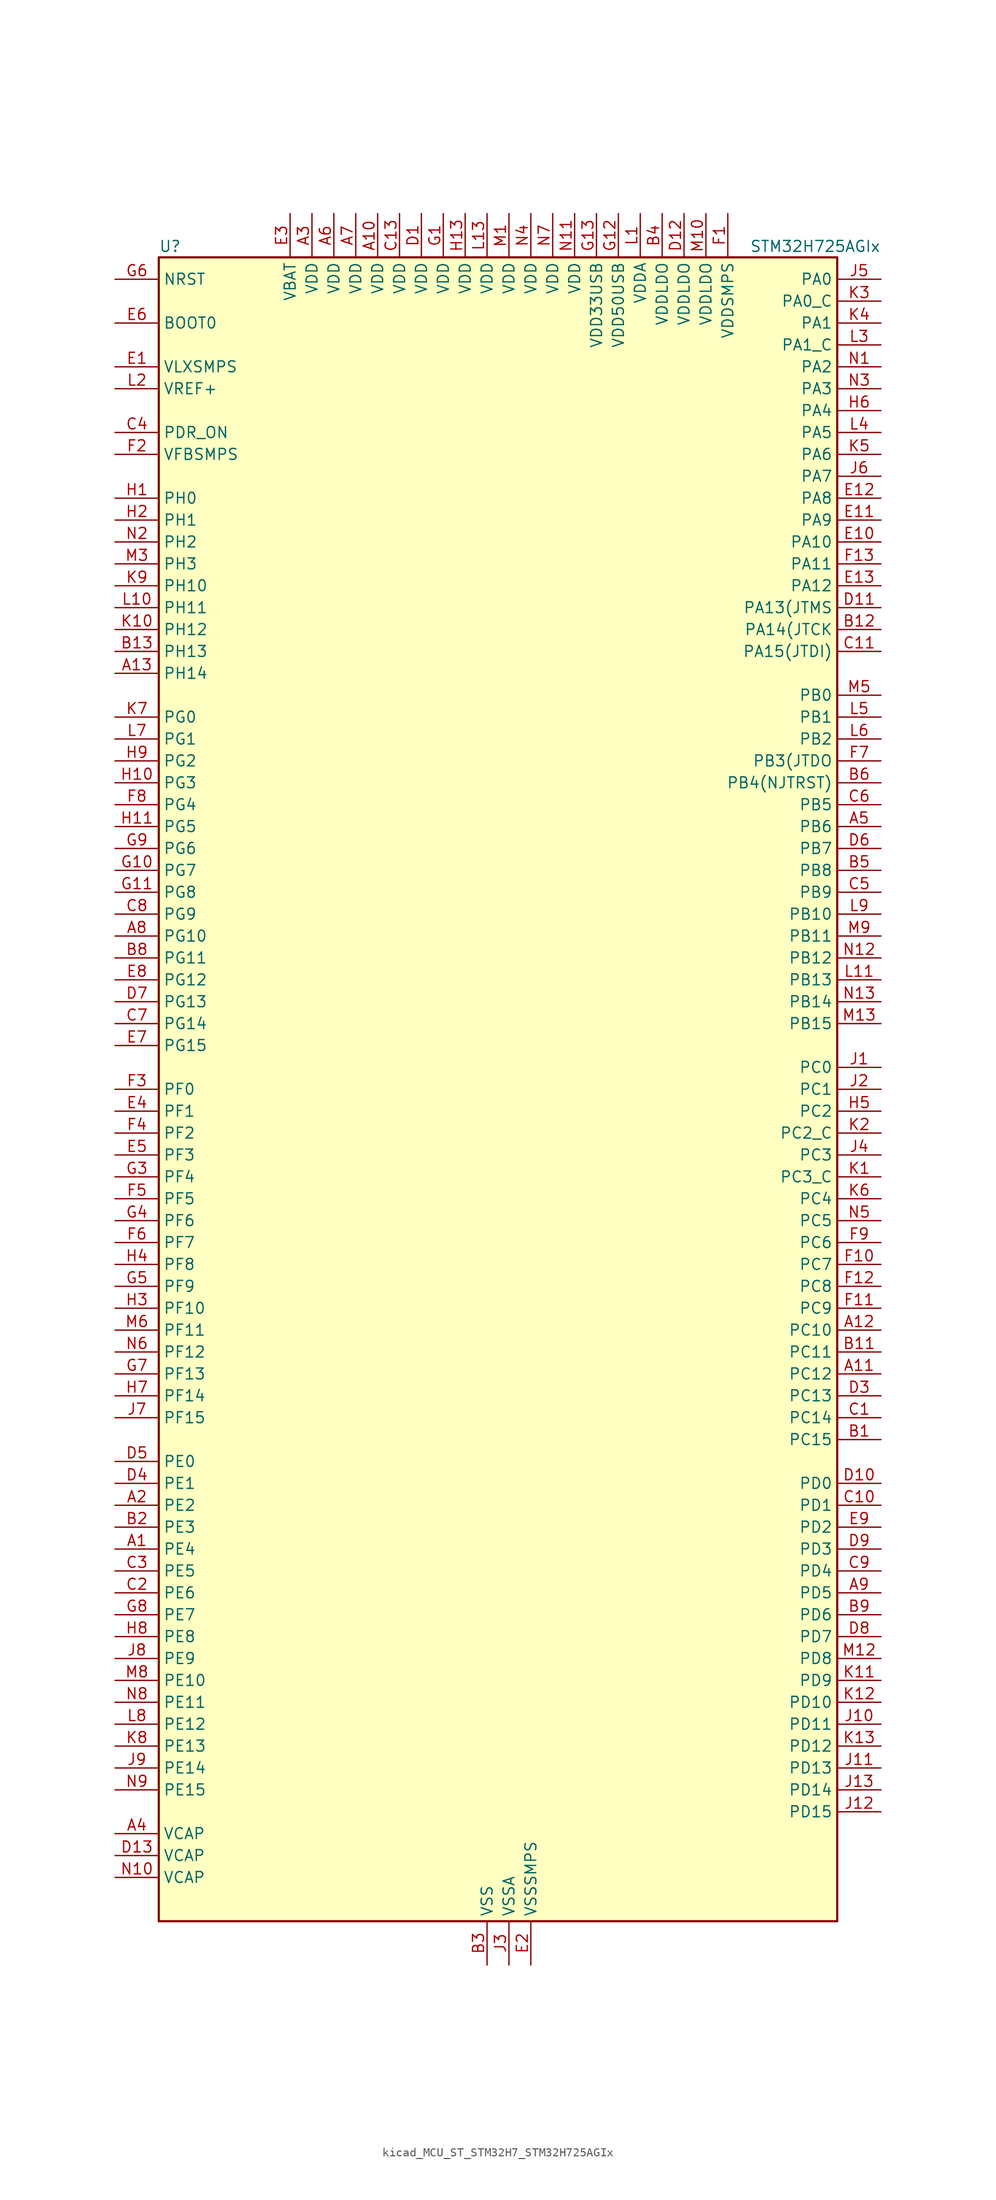
<source format=kicad_sym>
(kicad_symbol_lib
  (version 20220914)
  (generator kicad_symbol_editor)
  (symbol "kicad_MCU_ST_STM32H7_STM32H725AGIx"
    (property "Reference" "U"
      (at -38.1 97.79 0)
      (effects (font (size 1.27 1.27)) (justify left)))
    (property "Value" "STM32H725AGIx"
      (at 30.48 97.79 0)
      (effects (font (size 1.27 1.27)) (justify left)))
    (property "ki_locked" ""
      (at 0 0 0)
      (effects (font (size 1.27 1.27))))
    (symbol "kicad_MCU_ST_STM32H7_STM32H725AGIx_0_1"
      (rectangle (start -38.1 -96.52) (end 40.64 96.52) (stroke (width 0.254) (type default)) (fill (type background))))
    (symbol "kicad_MCU_ST_STM32H7_STM32H725AGIx_1_1"
      (pin bidirectional line (at -43.18 -53.34 0) (length 5.08) (name "PE4" (effects (font (size 1.27 1.27)))) (number "A1" (effects (font (size 1.27 1.27)))) (alternate "DCMI_D4" bidirectional line) (alternate "DEBUG_TRACED1" bidirectional line) (alternate "DFSDM1_DATIN3" bidirectional line) (alternate "FMC_A20" bidirectional line) (alternate "LTDC_B0" bidirectional line) (alternate "PSSI_D4" bidirectional line) (alternate "SAI1_D2" bidirectional line) (alternate "SAI1_FS_A" bidirectional line) (alternate "SAI4_D2" bidirectional line) (alternate "SAI4_FS_A" bidirectional line) (alternate "SPI4_NSS" bidirectional line) (alternate "TIM15_CH1N" bidirectional line))
      (pin power_in line (at -12.7 101.6 270) (length 5.08) (name "VDD" (effects (font (size 1.27 1.27)))) (number "A10" (effects (font (size 1.27 1.27)))))
      (pin bidirectional line (at 45.72 -33.02 180) (length 5.08) (name "PC12" (effects (font (size 1.27 1.27)))) (number "A11" (effects (font (size 1.27 1.27)))) (alternate "DCMI_D9" bidirectional line) (alternate "DEBUG_TRACED3" bidirectional line) (alternate "FMC_D6" bidirectional line) (alternate "FMC_DA6" bidirectional line) (alternate "I2C5_SMBA" bidirectional line) (alternate "I2S3_SDO" bidirectional line) (alternate "I2S6_CK" bidirectional line) (alternate "LTDC_R6" bidirectional line) (alternate "PSSI_D9" bidirectional line) (alternate "SDMMC1_CK" bidirectional line) (alternate "SPI3_MOSI" bidirectional line) (alternate "SPI6_SCK" bidirectional line) (alternate "TIM15_CH1" bidirectional line) (alternate "UART5_TX" bidirectional line) (alternate "USART3_CK" bidirectional line))
      (pin bidirectional line (at 45.72 -27.94 180) (length 5.08) (name "PC10" (effects (font (size 1.27 1.27)))) (number "A12" (effects (font (size 1.27 1.27)))) (alternate "DCMI_D8" bidirectional line) (alternate "DFSDM1_CKIN5" bidirectional line) (alternate "I2C5_SDA" bidirectional line) (alternate "I2S3_CK" bidirectional line) (alternate "LTDC_B1" bidirectional line) (alternate "LTDC_R2" bidirectional line) (alternate "OCTOSPIM_P1_IO1" bidirectional line) (alternate "PSSI_D8" bidirectional line) (alternate "SDMMC1_D2" bidirectional line) (alternate "SPI3_SCK" bidirectional line) (alternate "SWPMI1_RX" bidirectional line) (alternate "UART4_TX" bidirectional line) (alternate "USART3_TX" bidirectional line))
      (pin bidirectional line (at -43.18 48.26 0) (length 5.08) (name "PH14" (effects (font (size 1.27 1.27)))) (number "A13" (effects (font (size 1.27 1.27)))) (alternate "DCMI_D4" bidirectional line) (alternate "FDCAN1_RX" bidirectional line) (alternate "FMC_D22" bidirectional line) (alternate "LTDC_G3" bidirectional line) (alternate "PSSI_D4" bidirectional line) (alternate "TIM8_CH2N" bidirectional line) (alternate "UART4_RX" bidirectional line))
      (pin bidirectional line (at -43.18 -48.26 0) (length 5.08) (name "PE2" (effects (font (size 1.27 1.27)))) (number "A2" (effects (font (size 1.27 1.27)))) (alternate "DEBUG_TRACECLK" bidirectional line) (alternate "ETH_TXD3" bidirectional line) (alternate "FMC_A23" bidirectional line) (alternate "OCTOSPIM_P1_IO2" bidirectional line) (alternate "SAI1_CK1" bidirectional line) (alternate "SAI1_MCLK_A" bidirectional line) (alternate "SAI4_CK1" bidirectional line) (alternate "SAI4_MCLK_A" bidirectional line) (alternate "SPI4_SCK" bidirectional line) (alternate "USART10_RX" bidirectional line))
      (pin power_in line (at -20.32 101.6 270) (length 5.08) (name "VDD" (effects (font (size 1.27 1.27)))) (number "A3" (effects (font (size 1.27 1.27)))))
      (pin power_out line (at -43.18 -86.36 0) (length 5.08) (name "VCAP" (effects (font (size 1.27 1.27)))) (number "A4" (effects (font (size 1.27 1.27)))))
      (pin bidirectional line (at 45.72 30.48 180) (length 5.08) (name "PB6" (effects (font (size 1.27 1.27)))) (number "A5" (effects (font (size 1.27 1.27)))) (alternate "CEC" bidirectional line) (alternate "DCMI_D5" bidirectional line) (alternate "DFSDM1_DATIN5" bidirectional line) (alternate "FDCAN2_TX" bidirectional line) (alternate "FMC_SDNE1" bidirectional line) (alternate "I2C1_SCL" bidirectional line) (alternate "I2C4_SCL" bidirectional line) (alternate "LPUART1_TX" bidirectional line) (alternate "OCTOSPIM_P1_NCS" bidirectional line) (alternate "PSSI_D5" bidirectional line) (alternate "TIM16_CH1N" bidirectional line) (alternate "TIM4_CH1" bidirectional line) (alternate "UART5_TX" bidirectional line) (alternate "USART1_TX" bidirectional line))
      (pin power_in line (at -17.78 101.6 270) (length 5.08) (name "VDD" (effects (font (size 1.27 1.27)))) (number "A6" (effects (font (size 1.27 1.27)))))
      (pin power_in line (at -15.24 101.6 270) (length 5.08) (name "VDD" (effects (font (size 1.27 1.27)))) (number "A7" (effects (font (size 1.27 1.27)))))
      (pin bidirectional line (at -43.18 17.78 0) (length 5.08) (name "PG10" (effects (font (size 1.27 1.27)))) (number "A8" (effects (font (size 1.27 1.27)))) (alternate "DCMI_D2" bidirectional line) (alternate "FDCAN3_RX" bidirectional line) (alternate "FMC_NE3" bidirectional line) (alternate "I2S1_WS" bidirectional line) (alternate "LTDC_B2" bidirectional line) (alternate "LTDC_G3" bidirectional line) (alternate "OCTOSPIM_P2_IO6" bidirectional line) (alternate "PSSI_D2" bidirectional line) (alternate "SAI4_SD_B" bidirectional line) (alternate "SDMMC2_D1" bidirectional line) (alternate "SPI1_NSS" bidirectional line))
      (pin bidirectional line (at 45.72 -58.42 180) (length 5.08) (name "PD5" (effects (font (size 1.27 1.27)))) (number "A9" (effects (font (size 1.27 1.27)))) (alternate "FMC_NWE" bidirectional line) (alternate "OCTOSPIM_P1_IO5" bidirectional line) (alternate "USART2_TX" bidirectional line))
      (pin bidirectional line (at 45.72 -40.64 180) (length 5.08) (name "PC15" (effects (font (size 1.27 1.27)))) (number "B1" (effects (font (size 1.27 1.27)))) (alternate "ADC1_EXTI15" bidirectional line) (alternate "ADC2_EXTI15" bidirectional line) (alternate "ADC3_EXTI15" bidirectional line) (alternate "RCC_OSC32_OUT" bidirectional line))
      (pin passive line (at 0 -101.6 90) (length 5.08) hide (name "VSS" (effects (font (size 1.27 1.27)))) (number "B10" (effects (font (size 1.27 1.27)))))
      (pin bidirectional line (at 45.72 -30.48 180) (length 5.08) (name "PC11" (effects (font (size 1.27 1.27)))) (number "B11" (effects (font (size 1.27 1.27)))) (alternate "ADC1_EXTI11" bidirectional line) (alternate "ADC2_EXTI11" bidirectional line) (alternate "ADC3_EXTI11" bidirectional line) (alternate "DCMI_D4" bidirectional line) (alternate "DFSDM1_DATIN5" bidirectional line) (alternate "I2C5_SCL" bidirectional line) (alternate "I2S3_SDI" bidirectional line) (alternate "LTDC_B4" bidirectional line) (alternate "OCTOSPIM_P1_NCS" bidirectional line) (alternate "PSSI_D4" bidirectional line) (alternate "SDMMC1_D3" bidirectional line) (alternate "SPI3_MISO" bidirectional line) (alternate "UART4_RX" bidirectional line) (alternate "USART3_RX" bidirectional line))
      (pin bidirectional line (at 45.72 53.34 180) (length 5.08) (name "PA14(JTCK" (effects (font (size 1.27 1.27)))) (number "B12" (effects (font (size 1.27 1.27)))) (alternate "DEBUG_JTCK-SWCLK" bidirectional line))
      (pin bidirectional line (at -43.18 50.8 0) (length 5.08) (name "PH13" (effects (font (size 1.27 1.27)))) (number "B13" (effects (font (size 1.27 1.27)))) (alternate "FDCAN1_TX" bidirectional line) (alternate "FMC_D21" bidirectional line) (alternate "LTDC_G2" bidirectional line) (alternate "TIM8_CH1N" bidirectional line) (alternate "UART4_TX" bidirectional line))
      (pin bidirectional line (at -43.18 -50.8 0) (length 5.08) (name "PE3" (effects (font (size 1.27 1.27)))) (number "B2" (effects (font (size 1.27 1.27)))) (alternate "DEBUG_TRACED0" bidirectional line) (alternate "FMC_A19" bidirectional line) (alternate "SAI1_SD_B" bidirectional line) (alternate "SAI4_SD_B" bidirectional line) (alternate "TIM15_BKIN" bidirectional line) (alternate "USART10_TX" bidirectional line))
      (pin power_in line (at 0 -101.6 90) (length 5.08) (name "VSS" (effects (font (size 1.27 1.27)))) (number "B3" (effects (font (size 1.27 1.27)))))
      (pin power_in line (at 20.32 101.6 270) (length 5.08) (name "VDDLDO" (effects (font (size 1.27 1.27)))) (number "B4" (effects (font (size 1.27 1.27)))))
      (pin bidirectional line (at 45.72 25.4 180) (length 5.08) (name "PB8" (effects (font (size 1.27 1.27)))) (number "B5" (effects (font (size 1.27 1.27)))) (alternate "DCMI_D6" bidirectional line) (alternate "DFSDM1_CKIN7" bidirectional line) (alternate "ETH_TXD3" bidirectional line) (alternate "FDCAN1_RX" bidirectional line) (alternate "I2C1_SCL" bidirectional line) (alternate "I2C4_SCL" bidirectional line) (alternate "LTDC_B6" bidirectional line) (alternate "PSSI_D6" bidirectional line) (alternate "SDMMC1_CKIN" bidirectional line) (alternate "SDMMC1_D4" bidirectional line) (alternate "SDMMC2_D4" bidirectional line) (alternate "TIM16_CH1" bidirectional line) (alternate "TIM4_CH3" bidirectional line) (alternate "UART4_RX" bidirectional line))
      (pin bidirectional line (at 45.72 35.56 180) (length 5.08) (name "PB4(NJTRST)" (effects (font (size 1.27 1.27)))) (number "B6" (effects (font (size 1.27 1.27)))) (alternate "DEBUG_JTRST" bidirectional line) (alternate "I2S1_SDI" bidirectional line) (alternate "I2S2_WS" bidirectional line) (alternate "I2S3_SDI" bidirectional line) (alternate "I2S6_SDI" bidirectional line) (alternate "SDMMC2_D3" bidirectional line) (alternate "SPI1_MISO" bidirectional line) (alternate "SPI2_NSS" bidirectional line) (alternate "SPI3_MISO" bidirectional line) (alternate "SPI6_MISO" bidirectional line) (alternate "TIM16_BKIN" bidirectional line) (alternate "TIM3_CH1" bidirectional line) (alternate "UART7_TX" bidirectional line))
      (pin passive line (at 0 -101.6 90) (length 5.08) hide (name "VSS" (effects (font (size 1.27 1.27)))) (number "B7" (effects (font (size 1.27 1.27)))))
      (pin bidirectional line (at -43.18 15.24 0) (length 5.08) (name "PG11" (effects (font (size 1.27 1.27)))) (number "B8" (effects (font (size 1.27 1.27)))) (alternate "ADC1_EXTI11" bidirectional line) (alternate "ADC2_EXTI11" bidirectional line) (alternate "ADC3_EXTI11" bidirectional line) (alternate "DCMI_D3" bidirectional line) (alternate "ETH_TX_EN" bidirectional line) (alternate "I2S1_CK" bidirectional line) (alternate "LPTIM1_IN2" bidirectional line) (alternate "LTDC_B3" bidirectional line) (alternate "OCTOSPIM_P2_IO7" bidirectional line) (alternate "PSSI_D3" bidirectional line) (alternate "SDMMC2_D2" bidirectional line) (alternate "SPDIFRX1_IN0" bidirectional line) (alternate "SPI1_SCK" bidirectional line) (alternate "USART10_RX" bidirectional line))
      (pin bidirectional line (at 45.72 -60.96 180) (length 5.08) (name "PD6" (effects (font (size 1.27 1.27)))) (number "B9" (effects (font (size 1.27 1.27)))) (alternate "DCMI_D10" bidirectional line) (alternate "DFSDM1_CKIN4" bidirectional line) (alternate "DFSDM1_DATIN1" bidirectional line) (alternate "FMC_NWAIT" bidirectional line) (alternate "I2S3_SDO" bidirectional line) (alternate "LTDC_B2" bidirectional line) (alternate "OCTOSPIM_P1_IO6" bidirectional line) (alternate "PSSI_D10" bidirectional line) (alternate "SAI1_D1" bidirectional line) (alternate "SAI1_SD_A" bidirectional line) (alternate "SAI4_D1" bidirectional line) (alternate "SAI4_SD_A" bidirectional line) (alternate "SDMMC2_CK" bidirectional line) (alternate "SPI3_MOSI" bidirectional line) (alternate "USART2_RX" bidirectional line))
      (pin bidirectional line (at 45.72 -38.1 180) (length 5.08) (name "PC14" (effects (font (size 1.27 1.27)))) (number "C1" (effects (font (size 1.27 1.27)))) (alternate "RCC_OSC32_IN" bidirectional line))
      (pin bidirectional line (at 45.72 -48.26 180) (length 5.08) (name "PD1" (effects (font (size 1.27 1.27)))) (number "C10" (effects (font (size 1.27 1.27)))) (alternate "DFSDM1_DATIN6" bidirectional line) (alternate "FDCAN1_TX" bidirectional line) (alternate "FMC_D3" bidirectional line) (alternate "FMC_DA3" bidirectional line) (alternate "UART4_TX" bidirectional line))
      (pin bidirectional line (at 45.72 50.8 180) (length 5.08) (name "PA15(JTDI)" (effects (font (size 1.27 1.27)))) (number "C11" (effects (font (size 1.27 1.27)))) (alternate "ADC1_EXTI15" bidirectional line) (alternate "ADC2_EXTI15" bidirectional line) (alternate "ADC3_EXTI15" bidirectional line) (alternate "CEC" bidirectional line) (alternate "DEBUG_JTDI" bidirectional line) (alternate "I2S1_WS" bidirectional line) (alternate "I2S3_WS" bidirectional line) (alternate "I2S6_WS" bidirectional line) (alternate "LTDC_B6" bidirectional line) (alternate "LTDC_R3" bidirectional line) (alternate "SPI1_NSS" bidirectional line) (alternate "SPI3_NSS" bidirectional line) (alternate "SPI6_NSS" bidirectional line) (alternate "TIM2_CH1" bidirectional line) (alternate "TIM2_ETR" bidirectional line) (alternate "UART4_DE" bidirectional line) (alternate "UART4_RTS" bidirectional line) (alternate "UART7_TX" bidirectional line))
      (pin passive line (at 0 -101.6 90) (length 5.08) hide (name "VSS" (effects (font (size 1.27 1.27)))) (number "C12" (effects (font (size 1.27 1.27)))))
      (pin power_in line (at -10.16 101.6 270) (length 5.08) (name "VDD" (effects (font (size 1.27 1.27)))) (number "C13" (effects (font (size 1.27 1.27)))))
      (pin bidirectional line (at -43.18 -58.42 0) (length 5.08) (name "PE6" (effects (font (size 1.27 1.27)))) (number "C2" (effects (font (size 1.27 1.27)))) (alternate "DCMI_D7" bidirectional line) (alternate "DEBUG_TRACED3" bidirectional line) (alternate "FMC_A22" bidirectional line) (alternate "LTDC_G1" bidirectional line) (alternate "PSSI_D7" bidirectional line) (alternate "SAI1_D1" bidirectional line) (alternate "SAI1_SD_A" bidirectional line) (alternate "SAI4_D1" bidirectional line) (alternate "SAI4_MCLK_B" bidirectional line) (alternate "SAI4_SD_A" bidirectional line) (alternate "SPI4_MOSI" bidirectional line) (alternate "TIM15_CH2" bidirectional line) (alternate "TIM1_BKIN2" bidirectional line) (alternate "TIM1_BKIN2_COMP1" bidirectional line) (alternate "TIM1_BKIN2_COMP2" bidirectional line))
      (pin bidirectional line (at -43.18 -55.88 0) (length 5.08) (name "PE5" (effects (font (size 1.27 1.27)))) (number "C3" (effects (font (size 1.27 1.27)))) (alternate "DCMI_D6" bidirectional line) (alternate "DEBUG_TRACED2" bidirectional line) (alternate "DFSDM1_CKIN3" bidirectional line) (alternate "FMC_A21" bidirectional line) (alternate "LTDC_G0" bidirectional line) (alternate "PSSI_D6" bidirectional line) (alternate "SAI1_CK2" bidirectional line) (alternate "SAI1_SCK_A" bidirectional line) (alternate "SAI4_CK2" bidirectional line) (alternate "SAI4_SCK_A" bidirectional line) (alternate "SPI4_MISO" bidirectional line) (alternate "TIM15_CH1" bidirectional line))
      (pin input line (at -43.18 76.2 0) (length 5.08) (name "PDR_ON" (effects (font (size 1.27 1.27)))) (number "C4" (effects (font (size 1.27 1.27)))))
      (pin bidirectional line (at 45.72 22.86 180) (length 5.08) (name "PB9" (effects (font (size 1.27 1.27)))) (number "C5" (effects (font (size 1.27 1.27)))) (alternate "DAC1_EXTI9" bidirectional line) (alternate "DCMI_D7" bidirectional line) (alternate "DFSDM1_DATIN7" bidirectional line) (alternate "FDCAN1_TX" bidirectional line) (alternate "I2C1_SDA" bidirectional line) (alternate "I2C4_SDA" bidirectional line) (alternate "I2C4_SMBA" bidirectional line) (alternate "I2S2_WS" bidirectional line) (alternate "LTDC_B7" bidirectional line) (alternate "PSSI_D7" bidirectional line) (alternate "SDMMC1_CDIR" bidirectional line) (alternate "SDMMC1_D5" bidirectional line) (alternate "SDMMC2_D5" bidirectional line) (alternate "SPI2_NSS" bidirectional line) (alternate "TIM17_CH1" bidirectional line) (alternate "TIM4_CH4" bidirectional line) (alternate "UART4_TX" bidirectional line))
      (pin bidirectional line (at 45.72 33.02 180) (length 5.08) (name "PB5" (effects (font (size 1.27 1.27)))) (number "C6" (effects (font (size 1.27 1.27)))) (alternate "DCMI_D10" bidirectional line) (alternate "ETH_PPS_OUT" bidirectional line) (alternate "FDCAN2_RX" bidirectional line) (alternate "FMC_SDCKE1" bidirectional line) (alternate "I2C1_SMBA" bidirectional line) (alternate "I2C4_SMBA" bidirectional line) (alternate "I2S1_SDO" bidirectional line) (alternate "I2S3_SDO" bidirectional line) (alternate "I2S6_SDO" bidirectional line) (alternate "LTDC_B5" bidirectional line) (alternate "PSSI_D10" bidirectional line) (alternate "SPI1_MOSI" bidirectional line) (alternate "SPI3_MOSI" bidirectional line) (alternate "SPI6_MOSI" bidirectional line) (alternate "TIM17_BKIN" bidirectional line) (alternate "TIM3_CH2" bidirectional line) (alternate "UART5_RX" bidirectional line) (alternate "USB_OTG_HS_ULPI_D7" bidirectional line))
      (pin bidirectional line (at -43.18 7.62 0) (length 5.08) (name "PG14" (effects (font (size 1.27 1.27)))) (number "C7" (effects (font (size 1.27 1.27)))) (alternate "DEBUG_TRACED1" bidirectional line) (alternate "ETH_TXD1" bidirectional line) (alternate "FMC_A25" bidirectional line) (alternate "I2S6_SDO" bidirectional line) (alternate "LPTIM1_ETR" bidirectional line) (alternate "LTDC_B0" bidirectional line) (alternate "OCTOSPIM_P1_IO7" bidirectional line) (alternate "SDMMC2_D7" bidirectional line) (alternate "SPI6_MOSI" bidirectional line) (alternate "TIM23_CH3" bidirectional line) (alternate "USART10_DE" bidirectional line) (alternate "USART10_RTS" bidirectional line) (alternate "USART6_TX" bidirectional line))
      (pin bidirectional line (at -43.18 20.32 0) (length 5.08) (name "PG9" (effects (font (size 1.27 1.27)))) (number "C8" (effects (font (size 1.27 1.27)))) (alternate "DAC1_EXTI9" bidirectional line) (alternate "DCMI_VSYNC" bidirectional line) (alternate "FDCAN3_TX" bidirectional line) (alternate "FMC_NCE" bidirectional line) (alternate "FMC_NE2" bidirectional line) (alternate "I2S1_SDI" bidirectional line) (alternate "OCTOSPIM_P1_IO6" bidirectional line) (alternate "PSSI_RDY" bidirectional line) (alternate "SAI4_FS_B" bidirectional line) (alternate "SDMMC2_D0" bidirectional line) (alternate "SPDIFRX1_IN3" bidirectional line) (alternate "SPI1_MISO" bidirectional line) (alternate "USART6_RX" bidirectional line))
      (pin bidirectional line (at 45.72 -55.88 180) (length 5.08) (name "PD4" (effects (font (size 1.27 1.27)))) (number "C9" (effects (font (size 1.27 1.27)))) (alternate "FMC_NOE" bidirectional line) (alternate "OCTOSPIM_P1_IO4" bidirectional line) (alternate "USART2_DE" bidirectional line) (alternate "USART2_RTS" bidirectional line))
      (pin power_in line (at -7.62 101.6 270) (length 5.08) (name "VDD" (effects (font (size 1.27 1.27)))) (number "D1" (effects (font (size 1.27 1.27)))))
      (pin bidirectional line (at 45.72 -45.72 180) (length 5.08) (name "PD0" (effects (font (size 1.27 1.27)))) (number "D10" (effects (font (size 1.27 1.27)))) (alternate "DFSDM1_CKIN6" bidirectional line) (alternate "FDCAN1_RX" bidirectional line) (alternate "FMC_D2" bidirectional line) (alternate "FMC_DA2" bidirectional line) (alternate "LTDC_B1" bidirectional line) (alternate "UART4_RX" bidirectional line) (alternate "UART9_CTS" bidirectional line))
      (pin bidirectional line (at 45.72 55.88 180) (length 5.08) (name "PA13(JTMS" (effects (font (size 1.27 1.27)))) (number "D11" (effects (font (size 1.27 1.27)))) (alternate "DEBUG_JTMS-SWDIO" bidirectional line))
      (pin power_in line (at 22.86 101.6 270) (length 5.08) (name "VDDLDO" (effects (font (size 1.27 1.27)))) (number "D12" (effects (font (size 1.27 1.27)))))
      (pin power_out line (at -43.18 -88.9 0) (length 5.08) (name "VCAP" (effects (font (size 1.27 1.27)))) (number "D13" (effects (font (size 1.27 1.27)))))
      (pin passive line (at 0 -101.6 90) (length 5.08) hide (name "VSS" (effects (font (size 1.27 1.27)))) (number "D2" (effects (font (size 1.27 1.27)))))
      (pin bidirectional line (at 45.72 -35.56 180) (length 5.08) (name "PC13" (effects (font (size 1.27 1.27)))) (number "D3" (effects (font (size 1.27 1.27)))) (alternate "PWR_WKUP4" bidirectional line) (alternate "RTC_OUT_ALARM" bidirectional line) (alternate "RTC_OUT_CALIB" bidirectional line) (alternate "RTC_TAMP1" bidirectional line) (alternate "RTC_TS" bidirectional line))
      (pin bidirectional line (at -43.18 -45.72 0) (length 5.08) (name "PE1" (effects (font (size 1.27 1.27)))) (number "D4" (effects (font (size 1.27 1.27)))) (alternate "DCMI_D3" bidirectional line) (alternate "FMC_NBL1" bidirectional line) (alternate "LPTIM1_IN2" bidirectional line) (alternate "LTDC_R6" bidirectional line) (alternate "PSSI_D3" bidirectional line) (alternate "UART8_TX" bidirectional line))
      (pin bidirectional line (at -43.18 -43.18 0) (length 5.08) (name "PE0" (effects (font (size 1.27 1.27)))) (number "D5" (effects (font (size 1.27 1.27)))) (alternate "DCMI_D2" bidirectional line) (alternate "FMC_NBL0" bidirectional line) (alternate "LPTIM1_ETR" bidirectional line) (alternate "LPTIM2_ETR" bidirectional line) (alternate "LTDC_R0" bidirectional line) (alternate "PSSI_D2" bidirectional line) (alternate "SAI4_MCLK_A" bidirectional line) (alternate "TIM4_ETR" bidirectional line) (alternate "UART8_RX" bidirectional line))
      (pin bidirectional line (at 45.72 27.94 180) (length 5.08) (name "PB7" (effects (font (size 1.27 1.27)))) (number "D6" (effects (font (size 1.27 1.27)))) (alternate "DCMI_VSYNC" bidirectional line) (alternate "DFSDM1_CKIN5" bidirectional line) (alternate "FMC_NL" bidirectional line) (alternate "I2C1_SDA" bidirectional line) (alternate "I2C4_SDA" bidirectional line) (alternate "LPUART1_RX" bidirectional line) (alternate "PSSI_RDY" bidirectional line) (alternate "PWR_PVD_IN" bidirectional line) (alternate "TIM17_CH1N" bidirectional line) (alternate "TIM4_CH2" bidirectional line) (alternate "USART1_RX" bidirectional line))
      (pin bidirectional line (at -43.18 10.16 0) (length 5.08) (name "PG13" (effects (font (size 1.27 1.27)))) (number "D7" (effects (font (size 1.27 1.27)))) (alternate "DEBUG_TRACED0" bidirectional line) (alternate "ETH_TXD0" bidirectional line) (alternate "FMC_A24" bidirectional line) (alternate "I2S6_CK" bidirectional line) (alternate "LPTIM1_OUT" bidirectional line) (alternate "LTDC_R0" bidirectional line) (alternate "SDMMC2_D6" bidirectional line) (alternate "SPI6_SCK" bidirectional line) (alternate "TIM23_CH2" bidirectional line) (alternate "USART10_CTS" bidirectional line) (alternate "USART10_NSS" bidirectional line) (alternate "USART6_CTS" bidirectional line) (alternate "USART6_NSS" bidirectional line))
      (pin bidirectional line (at 45.72 -63.5 180) (length 5.08) (name "PD7" (effects (font (size 1.27 1.27)))) (number "D8" (effects (font (size 1.27 1.27)))) (alternate "DFSDM1_CKIN1" bidirectional line) (alternate "DFSDM1_DATIN4" bidirectional line) (alternate "FMC_NE1" bidirectional line) (alternate "I2S1_SDO" bidirectional line) (alternate "OCTOSPIM_P1_IO7" bidirectional line) (alternate "SDMMC2_CMD" bidirectional line) (alternate "SPDIFRX1_IN0" bidirectional line) (alternate "SPI1_MOSI" bidirectional line) (alternate "USART2_CK" bidirectional line))
      (pin bidirectional line (at 45.72 -53.34 180) (length 5.08) (name "PD3" (effects (font (size 1.27 1.27)))) (number "D9" (effects (font (size 1.27 1.27)))) (alternate "DCMI_D5" bidirectional line) (alternate "DFSDM1_CKOUT" bidirectional line) (alternate "FMC_CLK" bidirectional line) (alternate "I2S2_CK" bidirectional line) (alternate "LTDC_G7" bidirectional line) (alternate "PSSI_D5" bidirectional line) (alternate "SPI2_SCK" bidirectional line) (alternate "USART2_CTS" bidirectional line) (alternate "USART2_NSS" bidirectional line))
      (pin power_in line (at -43.18 83.82 0) (length 5.08) (name "VLXSMPS" (effects (font (size 1.27 1.27)))) (number "E1" (effects (font (size 1.27 1.27)))))
      (pin bidirectional line (at 45.72 63.5 180) (length 5.08) (name "PA10" (effects (font (size 1.27 1.27)))) (number "E10" (effects (font (size 1.27 1.27)))) (alternate "DCMI_D1" bidirectional line) (alternate "LPUART1_RX" bidirectional line) (alternate "LTDC_B1" bidirectional line) (alternate "LTDC_B4" bidirectional line) (alternate "MDIOS_MDIO" bidirectional line) (alternate "PSSI_D1" bidirectional line) (alternate "TIM1_CH3" bidirectional line) (alternate "USART1_RX" bidirectional line) (alternate "USB_OTG_HS_ID" bidirectional line))
      (pin bidirectional line (at 45.72 66.04 180) (length 5.08) (name "PA9" (effects (font (size 1.27 1.27)))) (number "E11" (effects (font (size 1.27 1.27)))) (alternate "DAC1_EXTI9" bidirectional line) (alternate "DCMI_D0" bidirectional line) (alternate "ETH_TX_ER" bidirectional line) (alternate "I2C3_SMBA" bidirectional line) (alternate "I2C5_SMBA" bidirectional line) (alternate "I2S2_CK" bidirectional line) (alternate "LPUART1_TX" bidirectional line) (alternate "LTDC_R5" bidirectional line) (alternate "PSSI_D0" bidirectional line) (alternate "SPI2_SCK" bidirectional line) (alternate "TIM1_CH2" bidirectional line) (alternate "USART1_TX" bidirectional line) (alternate "USB_OTG_HS_VBUS" bidirectional line))
      (pin bidirectional line (at 45.72 68.58 180) (length 5.08) (name "PA8" (effects (font (size 1.27 1.27)))) (number "E12" (effects (font (size 1.27 1.27)))) (alternate "I2C3_SCL" bidirectional line) (alternate "I2C5_SCL" bidirectional line) (alternate "LTDC_B3" bidirectional line) (alternate "LTDC_R6" bidirectional line) (alternate "RCC_MCO_1" bidirectional line) (alternate "TIM1_CH1" bidirectional line) (alternate "TIM8_BKIN2" bidirectional line) (alternate "TIM8_BKIN2_COMP1" bidirectional line) (alternate "TIM8_BKIN2_COMP2" bidirectional line) (alternate "UART7_RX" bidirectional line) (alternate "USART1_CK" bidirectional line) (alternate "USB_OTG_HS_SOF" bidirectional line))
      (pin bidirectional line (at 45.72 58.42 180) (length 5.08) (name "PA12" (effects (font (size 1.27 1.27)))) (number "E13" (effects (font (size 1.27 1.27)))) (alternate "FDCAN1_TX" bidirectional line) (alternate "I2S2_CK" bidirectional line) (alternate "LPUART1_DE" bidirectional line) (alternate "LPUART1_RTS" bidirectional line) (alternate "LTDC_R5" bidirectional line) (alternate "SAI4_FS_B" bidirectional line) (alternate "SPI2_SCK" bidirectional line) (alternate "TIM1_BKIN2" bidirectional line) (alternate "TIM1_ETR" bidirectional line) (alternate "UART4_TX" bidirectional line) (alternate "USART1_DE" bidirectional line) (alternate "USART1_RTS" bidirectional line) (alternate "USB_OTG_HS_DP" bidirectional line))
      (pin power_in line (at 5.08 -101.6 90) (length 5.08) (name "VSSSMPS" (effects (font (size 1.27 1.27)))) (number "E2" (effects (font (size 1.27 1.27)))))
      (pin power_in line (at -22.86 101.6 270) (length 5.08) (name "VBAT" (effects (font (size 1.27 1.27)))) (number "E3" (effects (font (size 1.27 1.27)))))
      (pin bidirectional line (at -43.18 -2.54 0) (length 5.08) (name "PF1" (effects (font (size 1.27 1.27)))) (number "E4" (effects (font (size 1.27 1.27)))) (alternate "FMC_A1" bidirectional line) (alternate "I2C2_SCL" bidirectional line) (alternate "I2C5_SCL" bidirectional line) (alternate "OCTOSPIM_P2_IO1" bidirectional line) (alternate "TIM23_CH2" bidirectional line))
      (pin bidirectional line (at -43.18 -7.62 0) (length 5.08) (name "PF3" (effects (font (size 1.27 1.27)))) (number "E5" (effects (font (size 1.27 1.27)))) (alternate "ADC3_INP5" bidirectional line) (alternate "FMC_A3" bidirectional line) (alternate "OCTOSPIM_P2_IO3" bidirectional line) (alternate "TIM23_CH4" bidirectional line))
      (pin input line (at -43.18 88.9 0) (length 5.08) (name "BOOT0" (effects (font (size 1.27 1.27)))) (number "E6" (effects (font (size 1.27 1.27)))))
      (pin bidirectional line (at -43.18 5.08 0) (length 5.08) (name "PG15" (effects (font (size 1.27 1.27)))) (number "E7" (effects (font (size 1.27 1.27)))) (alternate "ADC1_EXTI15" bidirectional line) (alternate "ADC2_EXTI15" bidirectional line) (alternate "ADC3_EXTI15" bidirectional line) (alternate "DCMI_D13" bidirectional line) (alternate "FMC_SDNCAS" bidirectional line) (alternate "OCTOSPIM_P2_DQS" bidirectional line) (alternate "PSSI_D13" bidirectional line) (alternate "USART10_CK" bidirectional line) (alternate "USART6_CTS" bidirectional line) (alternate "USART6_NSS" bidirectional line))
      (pin bidirectional line (at -43.18 12.7 0) (length 5.08) (name "PG12" (effects (font (size 1.27 1.27)))) (number "E8" (effects (font (size 1.27 1.27)))) (alternate "ETH_TXD1" bidirectional line) (alternate "FMC_NE4" bidirectional line) (alternate "I2S6_SDI" bidirectional line) (alternate "LPTIM1_IN1" bidirectional line) (alternate "LTDC_B1" bidirectional line) (alternate "LTDC_B4" bidirectional line) (alternate "OCTOSPIM_P2_NCS" bidirectional line) (alternate "SDMMC2_D3" bidirectional line) (alternate "SPDIFRX1_IN1" bidirectional line) (alternate "SPI6_MISO" bidirectional line) (alternate "TIM23_CH1" bidirectional line) (alternate "USART10_TX" bidirectional line) (alternate "USART6_DE" bidirectional line) (alternate "USART6_RTS" bidirectional line))
      (pin bidirectional line (at 45.72 -50.8 180) (length 5.08) (name "PD2" (effects (font (size 1.27 1.27)))) (number "E9" (effects (font (size 1.27 1.27)))) (alternate "DCMI_D11" bidirectional line) (alternate "DEBUG_TRACED2" bidirectional line) (alternate "FMC_D7" bidirectional line) (alternate "FMC_DA7" bidirectional line) (alternate "LTDC_B2" bidirectional line) (alternate "LTDC_B7" bidirectional line) (alternate "PSSI_D11" bidirectional line) (alternate "SDMMC1_CMD" bidirectional line) (alternate "TIM15_BKIN" bidirectional line) (alternate "TIM3_ETR" bidirectional line) (alternate "UART5_RX" bidirectional line))
      (pin power_in line (at 27.94 101.6 270) (length 5.08) (name "VDDSMPS" (effects (font (size 1.27 1.27)))) (number "F1" (effects (font (size 1.27 1.27)))))
      (pin bidirectional line (at 45.72 -20.32 180) (length 5.08) (name "PC7" (effects (font (size 1.27 1.27)))) (number "F10" (effects (font (size 1.27 1.27)))) (alternate "DCMI_D1" bidirectional line) (alternate "DEBUG_TRGIO" bidirectional line) (alternate "DFSDM1_DATIN3" bidirectional line) (alternate "FMC_NE1" bidirectional line) (alternate "I2S3_MCK" bidirectional line) (alternate "LTDC_G6" bidirectional line) (alternate "PSSI_D1" bidirectional line) (alternate "SDMMC1_D123DIR" bidirectional line) (alternate "SDMMC1_D7" bidirectional line) (alternate "SDMMC2_D7" bidirectional line) (alternate "SWPMI1_TX" bidirectional line) (alternate "TIM3_CH2" bidirectional line) (alternate "TIM8_CH2" bidirectional line) (alternate "USART6_RX" bidirectional line))
      (pin bidirectional line (at 45.72 -25.4 180) (length 5.08) (name "PC9" (effects (font (size 1.27 1.27)))) (number "F11" (effects (font (size 1.27 1.27)))) (alternate "DAC1_EXTI9" bidirectional line) (alternate "DCMI_D3" bidirectional line) (alternate "I2C3_SDA" bidirectional line) (alternate "I2C5_SDA" bidirectional line) (alternate "I2S_CKIN" bidirectional line) (alternate "LTDC_B2" bidirectional line) (alternate "LTDC_G3" bidirectional line) (alternate "OCTOSPIM_P1_IO0" bidirectional line) (alternate "PSSI_D3" bidirectional line) (alternate "RCC_MCO_2" bidirectional line) (alternate "SDMMC1_D1" bidirectional line) (alternate "SWPMI1_SUSPEND" bidirectional line) (alternate "TIM3_CH4" bidirectional line) (alternate "TIM8_CH4" bidirectional line) (alternate "UART5_CTS" bidirectional line))
      (pin bidirectional line (at 45.72 -22.86 180) (length 5.08) (name "PC8" (effects (font (size 1.27 1.27)))) (number "F12" (effects (font (size 1.27 1.27)))) (alternate "DCMI_D2" bidirectional line) (alternate "DEBUG_TRACED1" bidirectional line) (alternate "FMC_INT" bidirectional line) (alternate "FMC_NCE" bidirectional line) (alternate "FMC_NE2" bidirectional line) (alternate "PSSI_D2" bidirectional line) (alternate "SDMMC1_D0" bidirectional line) (alternate "SWPMI1_RX" bidirectional line) (alternate "TIM3_CH3" bidirectional line) (alternate "TIM8_CH3" bidirectional line) (alternate "UART5_DE" bidirectional line) (alternate "UART5_RTS" bidirectional line) (alternate "USART6_CK" bidirectional line))
      (pin bidirectional line (at 45.72 60.96 180) (length 5.08) (name "PA11" (effects (font (size 1.27 1.27)))) (number "F13" (effects (font (size 1.27 1.27)))) (alternate "ADC1_EXTI11" bidirectional line) (alternate "ADC2_EXTI11" bidirectional line) (alternate "ADC3_EXTI11" bidirectional line) (alternate "FDCAN1_RX" bidirectional line) (alternate "I2S2_WS" bidirectional line) (alternate "LPUART1_CTS" bidirectional line) (alternate "LTDC_R4" bidirectional line) (alternate "SPI2_NSS" bidirectional line) (alternate "TIM1_CH4" bidirectional line) (alternate "UART4_RX" bidirectional line) (alternate "USART1_CTS" bidirectional line) (alternate "USART1_NSS" bidirectional line) (alternate "USB_OTG_HS_DM" bidirectional line))
      (pin input line (at -43.18 73.66 0) (length 5.08) (name "VFBSMPS" (effects (font (size 1.27 1.27)))) (number "F2" (effects (font (size 1.27 1.27)))))
      (pin bidirectional line (at -43.18 0 0) (length 5.08) (name "PF0" (effects (font (size 1.27 1.27)))) (number "F3" (effects (font (size 1.27 1.27)))) (alternate "FMC_A0" bidirectional line) (alternate "I2C2_SDA" bidirectional line) (alternate "I2C5_SDA" bidirectional line) (alternate "OCTOSPIM_P2_IO0" bidirectional line) (alternate "TIM23_CH1" bidirectional line))
      (pin bidirectional line (at -43.18 -5.08 0) (length 5.08) (name "PF2" (effects (font (size 1.27 1.27)))) (number "F4" (effects (font (size 1.27 1.27)))) (alternate "FMC_A2" bidirectional line) (alternate "I2C2_SMBA" bidirectional line) (alternate "I2C5_SMBA" bidirectional line) (alternate "OCTOSPIM_P2_IO2" bidirectional line) (alternate "TIM23_CH3" bidirectional line))
      (pin bidirectional line (at -43.18 -12.7 0) (length 5.08) (name "PF5" (effects (font (size 1.27 1.27)))) (number "F5" (effects (font (size 1.27 1.27)))) (alternate "ADC3_INP4" bidirectional line) (alternate "FMC_A5" bidirectional line) (alternate "OCTOSPIM_P2_NCLK" bidirectional line))
      (pin bidirectional line (at -43.18 -17.78 0) (length 5.08) (name "PF7" (effects (font (size 1.27 1.27)))) (number "F6" (effects (font (size 1.27 1.27)))) (alternate "ADC3_INP3" bidirectional line) (alternate "FDCAN3_TX" bidirectional line) (alternate "OCTOSPIM_P1_IO2" bidirectional line) (alternate "SAI1_MCLK_B" bidirectional line) (alternate "SAI4_MCLK_B" bidirectional line) (alternate "SPI5_SCK" bidirectional line) (alternate "TIM17_CH1" bidirectional line) (alternate "TIM23_CH2" bidirectional line) (alternate "UART7_TX" bidirectional line))
      (pin bidirectional line (at 45.72 38.1 180) (length 5.08) (name "PB3(JTDO" (effects (font (size 1.27 1.27)))) (number "F7" (effects (font (size 1.27 1.27)))) (alternate "CRS_SYNC" bidirectional line) (alternate "DEBUG_JTDO-SWO" bidirectional line) (alternate "I2S1_CK" bidirectional line) (alternate "I2S3_CK" bidirectional line) (alternate "I2S6_CK" bidirectional line) (alternate "SDMMC2_D2" bidirectional line) (alternate "SPI1_SCK" bidirectional line) (alternate "SPI3_SCK" bidirectional line) (alternate "SPI6_SCK" bidirectional line) (alternate "TIM24_ETR" bidirectional line) (alternate "TIM2_CH2" bidirectional line) (alternate "UART7_RX" bidirectional line))
      (pin bidirectional line (at -43.18 33.02 0) (length 5.08) (name "PG4" (effects (font (size 1.27 1.27)))) (number "F8" (effects (font (size 1.27 1.27)))) (alternate "FMC_A14" bidirectional line) (alternate "FMC_BA0" bidirectional line) (alternate "TIM1_BKIN2" bidirectional line) (alternate "TIM1_BKIN2_COMP1" bidirectional line) (alternate "TIM1_BKIN2_COMP2" bidirectional line))
      (pin bidirectional line (at 45.72 -17.78 180) (length 5.08) (name "PC6" (effects (font (size 1.27 1.27)))) (number "F9" (effects (font (size 1.27 1.27)))) (alternate "DCMI_D0" bidirectional line) (alternate "DFSDM1_CKIN3" bidirectional line) (alternate "FMC_NWAIT" bidirectional line) (alternate "I2S2_MCK" bidirectional line) (alternate "LTDC_HSYNC" bidirectional line) (alternate "PSSI_D0" bidirectional line) (alternate "SDMMC1_D0DIR" bidirectional line) (alternate "SDMMC1_D6" bidirectional line) (alternate "SDMMC2_D6" bidirectional line) (alternate "SWPMI1_IO" bidirectional line) (alternate "TIM3_CH1" bidirectional line) (alternate "TIM8_CH1" bidirectional line) (alternate "USART6_TX" bidirectional line))
      (pin power_in line (at -5.08 101.6 270) (length 5.08) (name "VDD" (effects (font (size 1.27 1.27)))) (number "G1" (effects (font (size 1.27 1.27)))))
      (pin bidirectional line (at -43.18 25.4 0) (length 5.08) (name "PG7" (effects (font (size 1.27 1.27)))) (number "G10" (effects (font (size 1.27 1.27)))) (alternate "DCMI_D13" bidirectional line) (alternate "FMC_INT" bidirectional line) (alternate "LTDC_CLK" bidirectional line) (alternate "OCTOSPIM_P2_DQS" bidirectional line) (alternate "PSSI_D13" bidirectional line) (alternate "SAI1_MCLK_A" bidirectional line) (alternate "USART6_CK" bidirectional line))
      (pin bidirectional line (at -43.18 22.86 0) (length 5.08) (name "PG8" (effects (font (size 1.27 1.27)))) (number "G11" (effects (font (size 1.27 1.27)))) (alternate "ETH_PPS_OUT" bidirectional line) (alternate "FMC_SDCLK" bidirectional line) (alternate "I2S6_WS" bidirectional line) (alternate "LTDC_G7" bidirectional line) (alternate "SPDIFRX1_IN2" bidirectional line) (alternate "SPI6_NSS" bidirectional line) (alternate "TIM8_ETR" bidirectional line) (alternate "USART6_DE" bidirectional line) (alternate "USART6_RTS" bidirectional line))
      (pin power_in line (at 15.24 101.6 270) (length 5.08) (name "VDD50USB" (effects (font (size 1.27 1.27)))) (number "G12" (effects (font (size 1.27 1.27)))))
      (pin power_in line (at 12.7 101.6 270) (length 5.08) (name "VDD33USB" (effects (font (size 1.27 1.27)))) (number "G13" (effects (font (size 1.27 1.27)))))
      (pin passive line (at 0 -101.6 90) (length 5.08) hide (name "VSS" (effects (font (size 1.27 1.27)))) (number "G2" (effects (font (size 1.27 1.27)))))
      (pin bidirectional line (at -43.18 -10.16 0) (length 5.08) (name "PF4" (effects (font (size 1.27 1.27)))) (number "G3" (effects (font (size 1.27 1.27)))) (alternate "ADC3_INN5" bidirectional line) (alternate "ADC3_INP9" bidirectional line) (alternate "FMC_A4" bidirectional line) (alternate "OCTOSPIM_P2_CLK" bidirectional line))
      (pin bidirectional line (at -43.18 -15.24 0) (length 5.08) (name "PF6" (effects (font (size 1.27 1.27)))) (number "G4" (effects (font (size 1.27 1.27)))) (alternate "ADC3_INN4" bidirectional line) (alternate "ADC3_INP8" bidirectional line) (alternate "FDCAN3_RX" bidirectional line) (alternate "OCTOSPIM_P1_IO3" bidirectional line) (alternate "SAI1_SD_B" bidirectional line) (alternate "SAI4_SD_B" bidirectional line) (alternate "SPI5_NSS" bidirectional line) (alternate "TIM16_CH1" bidirectional line) (alternate "TIM23_CH1" bidirectional line) (alternate "UART7_RX" bidirectional line))
      (pin bidirectional line (at -43.18 -22.86 0) (length 5.08) (name "PF9" (effects (font (size 1.27 1.27)))) (number "G5" (effects (font (size 1.27 1.27)))) (alternate "ADC3_INP2" bidirectional line) (alternate "DAC1_EXTI9" bidirectional line) (alternate "OCTOSPIM_P1_IO1" bidirectional line) (alternate "SAI1_FS_B" bidirectional line) (alternate "SAI4_FS_B" bidirectional line) (alternate "SPI5_MOSI" bidirectional line) (alternate "TIM14_CH1" bidirectional line) (alternate "TIM17_CH1N" bidirectional line) (alternate "TIM23_CH4" bidirectional line) (alternate "UART7_CTS" bidirectional line))
      (pin input line (at -43.18 93.98 0) (length 5.08) (name "NRST" (effects (font (size 1.27 1.27)))) (number "G6" (effects (font (size 1.27 1.27)))))
      (pin bidirectional line (at -43.18 -33.02 0) (length 5.08) (name "PF13" (effects (font (size 1.27 1.27)))) (number "G7" (effects (font (size 1.27 1.27)))) (alternate "ADC2_INP2" bidirectional line) (alternate "DFSDM1_DATIN6" bidirectional line) (alternate "FMC_A7" bidirectional line) (alternate "I2C4_SMBA" bidirectional line) (alternate "TIM24_CH3" bidirectional line))
      (pin bidirectional line (at -43.18 -60.96 0) (length 5.08) (name "PE7" (effects (font (size 1.27 1.27)))) (number "G8" (effects (font (size 1.27 1.27)))) (alternate "COMP2_INM" bidirectional line) (alternate "DFSDM1_DATIN2" bidirectional line) (alternate "FMC_D4" bidirectional line) (alternate "FMC_DA4" bidirectional line) (alternate "OCTOSPIM_P1_IO4" bidirectional line) (alternate "OPAMP2_VOUT" bidirectional line) (alternate "TIM1_ETR" bidirectional line) (alternate "UART7_RX" bidirectional line))
      (pin bidirectional line (at -43.18 27.94 0) (length 5.08) (name "PG6" (effects (font (size 1.27 1.27)))) (number "G9" (effects (font (size 1.27 1.27)))) (alternate "DCMI_D12" bidirectional line) (alternate "FMC_NE3" bidirectional line) (alternate "LTDC_R7" bidirectional line) (alternate "OCTOSPIM_P1_NCS" bidirectional line) (alternate "PSSI_D12" bidirectional line) (alternate "TIM17_BKIN" bidirectional line))
      (pin bidirectional line (at -43.18 68.58 0) (length 5.08) (name "PH0" (effects (font (size 1.27 1.27)))) (number "H1" (effects (font (size 1.27 1.27)))) (alternate "RCC_OSC_IN" bidirectional line))
      (pin bidirectional line (at -43.18 35.56 0) (length 5.08) (name "PG3" (effects (font (size 1.27 1.27)))) (number "H10" (effects (font (size 1.27 1.27)))) (alternate "FMC_A13" bidirectional line) (alternate "TIM23_ETR" bidirectional line) (alternate "TIM8_BKIN2" bidirectional line) (alternate "TIM8_BKIN2_COMP1" bidirectional line) (alternate "TIM8_BKIN2_COMP2" bidirectional line))
      (pin bidirectional line (at -43.18 30.48 0) (length 5.08) (name "PG5" (effects (font (size 1.27 1.27)))) (number "H11" (effects (font (size 1.27 1.27)))) (alternate "FMC_A15" bidirectional line) (alternate "FMC_BA1" bidirectional line) (alternate "TIM1_ETR" bidirectional line))
      (pin passive line (at 0 -101.6 90) (length 5.08) hide (name "VSS" (effects (font (size 1.27 1.27)))) (number "H12" (effects (font (size 1.27 1.27)))))
      (pin power_in line (at -2.54 101.6 270) (length 5.08) (name "VDD" (effects (font (size 1.27 1.27)))) (number "H13" (effects (font (size 1.27 1.27)))))
      (pin bidirectional line (at -43.18 66.04 0) (length 5.08) (name "PH1" (effects (font (size 1.27 1.27)))) (number "H2" (effects (font (size 1.27 1.27)))) (alternate "RCC_OSC_OUT" bidirectional line))
      (pin bidirectional line (at -43.18 -25.4 0) (length 5.08) (name "PF10" (effects (font (size 1.27 1.27)))) (number "H3" (effects (font (size 1.27 1.27)))) (alternate "ADC3_INN2" bidirectional line) (alternate "ADC3_INP6" bidirectional line) (alternate "DCMI_D11" bidirectional line) (alternate "LTDC_DE" bidirectional line) (alternate "OCTOSPIM_P1_CLK" bidirectional line) (alternate "PSSI_D11" bidirectional line) (alternate "PSSI_D15" bidirectional line) (alternate "SAI1_D3" bidirectional line) (alternate "SAI4_D3" bidirectional line) (alternate "TIM16_BKIN" bidirectional line))
      (pin bidirectional line (at -43.18 -20.32 0) (length 5.08) (name "PF8" (effects (font (size 1.27 1.27)))) (number "H4" (effects (font (size 1.27 1.27)))) (alternate "ADC3_INN3" bidirectional line) (alternate "ADC3_INP7" bidirectional line) (alternate "OCTOSPIM_P1_IO0" bidirectional line) (alternate "SAI1_SCK_B" bidirectional line) (alternate "SAI4_SCK_B" bidirectional line) (alternate "SPI5_MISO" bidirectional line) (alternate "TIM13_CH1" bidirectional line) (alternate "TIM16_CH1N" bidirectional line) (alternate "TIM23_CH3" bidirectional line) (alternate "UART7_DE" bidirectional line) (alternate "UART7_RTS" bidirectional line))
      (pin bidirectional line (at 45.72 -2.54 180) (length 5.08) (name "PC2" (effects (font (size 1.27 1.27)))) (number "H5" (effects (font (size 1.27 1.27)))) (alternate "ADC1_INN11" bidirectional line) (alternate "ADC1_INP12" bidirectional line) (alternate "ADC2_INN11" bidirectional line) (alternate "ADC2_INP12" bidirectional line) (alternate "ADC3_INN11" bidirectional line) (alternate "ADC3_INP12" bidirectional line) (alternate "DFSDM1_CKIN1" bidirectional line) (alternate "DFSDM1_CKOUT" bidirectional line) (alternate "ETH_TXD2" bidirectional line) (alternate "FMC_SDNE0" bidirectional line) (alternate "I2S2_SDI" bidirectional line) (alternate "OCTOSPIM_P1_IO2" bidirectional line) (alternate "OCTOSPIM_P1_IO5" bidirectional line) (alternate "PWR_CSTOP" bidirectional line) (alternate "SPI2_MISO" bidirectional line) (alternate "USB_OTG_HS_ULPI_DIR" bidirectional line))
      (pin bidirectional line (at 45.72 78.74 180) (length 5.08) (name "PA4" (effects (font (size 1.27 1.27)))) (number "H6" (effects (font (size 1.27 1.27)))) (alternate "ADC1_INP18" bidirectional line) (alternate "ADC2_INP18" bidirectional line) (alternate "DAC1_OUT1" bidirectional line) (alternate "DCMI_HSYNC" bidirectional line) (alternate "FMC_D8" bidirectional line) (alternate "FMC_DA8" bidirectional line) (alternate "I2S1_WS" bidirectional line) (alternate "I2S3_WS" bidirectional line) (alternate "I2S6_WS" bidirectional line) (alternate "LTDC_VSYNC" bidirectional line) (alternate "PSSI_DE" bidirectional line) (alternate "SPI1_NSS" bidirectional line) (alternate "SPI3_NSS" bidirectional line) (alternate "SPI6_NSS" bidirectional line) (alternate "TIM5_ETR" bidirectional line) (alternate "USART2_CK" bidirectional line))
      (pin bidirectional line (at -43.18 -35.56 0) (length 5.08) (name "PF14" (effects (font (size 1.27 1.27)))) (number "H7" (effects (font (size 1.27 1.27)))) (alternate "ADC2_INN2" bidirectional line) (alternate "ADC2_INP6" bidirectional line) (alternate "DFSDM1_CKIN6" bidirectional line) (alternate "FMC_A8" bidirectional line) (alternate "I2C4_SCL" bidirectional line) (alternate "TIM24_CH4" bidirectional line))
      (pin bidirectional line (at -43.18 -63.5 0) (length 5.08) (name "PE8" (effects (font (size 1.27 1.27)))) (number "H8" (effects (font (size 1.27 1.27)))) (alternate "COMP2_OUT" bidirectional line) (alternate "DFSDM1_CKIN2" bidirectional line) (alternate "FMC_D5" bidirectional line) (alternate "FMC_DA5" bidirectional line) (alternate "OCTOSPIM_P1_IO5" bidirectional line) (alternate "OPAMP2_VINM" bidirectional line) (alternate "TIM1_CH1N" bidirectional line) (alternate "UART7_TX" bidirectional line))
      (pin bidirectional line (at -43.18 38.1 0) (length 5.08) (name "PG2" (effects (font (size 1.27 1.27)))) (number "H9" (effects (font (size 1.27 1.27)))) (alternate "FMC_A12" bidirectional line) (alternate "TIM24_ETR" bidirectional line) (alternate "TIM8_BKIN" bidirectional line) (alternate "TIM8_BKIN_COMP1" bidirectional line) (alternate "TIM8_BKIN_COMP2" bidirectional line))
      (pin bidirectional line (at 45.72 2.54 180) (length 5.08) (name "PC0" (effects (font (size 1.27 1.27)))) (number "J1" (effects (font (size 1.27 1.27)))) (alternate "ADC1_INP10" bidirectional line) (alternate "ADC2_INP10" bidirectional line) (alternate "ADC3_INP10" bidirectional line) (alternate "DFSDM1_CKIN0" bidirectional line) (alternate "DFSDM1_DATIN4" bidirectional line) (alternate "FMC_A25" bidirectional line) (alternate "FMC_D12" bidirectional line) (alternate "FMC_DA12" bidirectional line) (alternate "FMC_SDNWE" bidirectional line) (alternate "LTDC_G2" bidirectional line) (alternate "LTDC_R5" bidirectional line) (alternate "SAI4_FS_B" bidirectional line) (alternate "USB_OTG_HS_ULPI_STP" bidirectional line))
      (pin bidirectional line (at 45.72 -73.66 180) (length 5.08) (name "PD11" (effects (font (size 1.27 1.27)))) (number "J10" (effects (font (size 1.27 1.27)))) (alternate "ADC1_EXTI11" bidirectional line) (alternate "ADC2_EXTI11" bidirectional line) (alternate "ADC3_EXTI11" bidirectional line) (alternate "FMC_A16" bidirectional line) (alternate "FMC_CLE" bidirectional line) (alternate "I2C4_SMBA" bidirectional line) (alternate "LPTIM2_IN2" bidirectional line) (alternate "OCTOSPIM_P1_IO0" bidirectional line) (alternate "SAI4_SD_A" bidirectional line) (alternate "USART3_CTS" bidirectional line) (alternate "USART3_NSS" bidirectional line))
      (pin bidirectional line (at 45.72 -78.74 180) (length 5.08) (name "PD13" (effects (font (size 1.27 1.27)))) (number "J11" (effects (font (size 1.27 1.27)))) (alternate "DCMI_D13" bidirectional line) (alternate "FDCAN3_TX" bidirectional line) (alternate "FMC_A18" bidirectional line) (alternate "I2C4_SDA" bidirectional line) (alternate "LPTIM1_OUT" bidirectional line) (alternate "OCTOSPIM_P1_IO3" bidirectional line) (alternate "PSSI_D13" bidirectional line) (alternate "SAI4_SCK_A" bidirectional line) (alternate "TIM4_CH2" bidirectional line) (alternate "UART9_DE" bidirectional line) (alternate "UART9_RTS" bidirectional line))
      (pin bidirectional line (at 45.72 -83.82 180) (length 5.08) (name "PD15" (effects (font (size 1.27 1.27)))) (number "J12" (effects (font (size 1.27 1.27)))) (alternate "ADC1_EXTI15" bidirectional line) (alternate "ADC2_EXTI15" bidirectional line) (alternate "ADC3_EXTI15" bidirectional line) (alternate "FMC_D1" bidirectional line) (alternate "FMC_DA1" bidirectional line) (alternate "TIM4_CH4" bidirectional line) (alternate "UART8_DE" bidirectional line) (alternate "UART8_RTS" bidirectional line) (alternate "UART9_TX" bidirectional line))
      (pin bidirectional line (at 45.72 -81.28 180) (length 5.08) (name "PD14" (effects (font (size 1.27 1.27)))) (number "J13" (effects (font (size 1.27 1.27)))) (alternate "FMC_D0" bidirectional line) (alternate "FMC_DA0" bidirectional line) (alternate "TIM4_CH3" bidirectional line) (alternate "UART8_CTS" bidirectional line) (alternate "UART9_RX" bidirectional line))
      (pin bidirectional line (at 45.72 0 180) (length 5.08) (name "PC1" (effects (font (size 1.27 1.27)))) (number "J2" (effects (font (size 1.27 1.27)))) (alternate "ADC1_INN10" bidirectional line) (alternate "ADC1_INP11" bidirectional line) (alternate "ADC2_INN10" bidirectional line) (alternate "ADC2_INP11" bidirectional line) (alternate "ADC3_INN10" bidirectional line) (alternate "ADC3_INP11" bidirectional line) (alternate "DEBUG_TRACED0" bidirectional line) (alternate "DFSDM1_CKIN4" bidirectional line) (alternate "DFSDM1_DATIN0" bidirectional line) (alternate "ETH_MDC" bidirectional line) (alternate "I2S2_SDO" bidirectional line) (alternate "LTDC_G5" bidirectional line) (alternate "MDIOS_MDC" bidirectional line) (alternate "OCTOSPIM_P1_IO4" bidirectional line) (alternate "PWR_WKUP6" bidirectional line) (alternate "RTC_TAMP3" bidirectional line) (alternate "SAI1_D1" bidirectional line) (alternate "SAI1_SD_A" bidirectional line) (alternate "SAI4_D1" bidirectional line) (alternate "SAI4_SD_A" bidirectional line) (alternate "SDMMC2_CK" bidirectional line) (alternate "SPI2_MOSI" bidirectional line))
      (pin power_in line (at 2.54 -101.6 90) (length 5.08) (name "VSSA" (effects (font (size 1.27 1.27)))) (number "J3" (effects (font (size 1.27 1.27)))))
      (pin bidirectional line (at 45.72 -7.62 180) (length 5.08) (name "PC3" (effects (font (size 1.27 1.27)))) (number "J4" (effects (font (size 1.27 1.27)))) (alternate "ADC1_INN12" bidirectional line) (alternate "ADC1_INP13" bidirectional line) (alternate "ADC2_INN12" bidirectional line) (alternate "ADC2_INP13" bidirectional line) (alternate "DFSDM1_DATIN1" bidirectional line) (alternate "ETH_TX_CLK" bidirectional line) (alternate "FMC_SDCKE0" bidirectional line) (alternate "I2S2_SDO" bidirectional line) (alternate "OCTOSPIM_P1_IO0" bidirectional line) (alternate "OCTOSPIM_P1_IO6" bidirectional line) (alternate "PWR_CSLEEP" bidirectional line) (alternate "SPI2_MOSI" bidirectional line) (alternate "USB_OTG_HS_ULPI_NXT" bidirectional line))
      (pin bidirectional line (at 45.72 93.98 180) (length 5.08) (name "PA0" (effects (font (size 1.27 1.27)))) (number "J5" (effects (font (size 1.27 1.27)))) (alternate "ADC1_INP16" bidirectional line) (alternate "ETH_CRS" bidirectional line) (alternate "FMC_A19" bidirectional line) (alternate "I2S6_WS" bidirectional line) (alternate "PWR_WKUP1" bidirectional line) (alternate "SAI4_SD_B" bidirectional line) (alternate "SDMMC2_CMD" bidirectional line) (alternate "SPI6_NSS" bidirectional line) (alternate "TIM15_BKIN" bidirectional line) (alternate "TIM2_CH1" bidirectional line) (alternate "TIM2_ETR" bidirectional line) (alternate "TIM5_CH1" bidirectional line) (alternate "TIM8_ETR" bidirectional line) (alternate "UART4_TX" bidirectional line) (alternate "USART2_CTS" bidirectional line) (alternate "USART2_NSS" bidirectional line))
      (pin bidirectional line (at 45.72 71.12 180) (length 5.08) (name "PA7" (effects (font (size 1.27 1.27)))) (number "J6" (effects (font (size 1.27 1.27)))) (alternate "ADC1_INN3" bidirectional line) (alternate "ADC1_INP7" bidirectional line) (alternate "ADC2_INN3" bidirectional line) (alternate "ADC2_INP7" bidirectional line) (alternate "ETH_CRS_DV" bidirectional line) (alternate "ETH_RX_DV" bidirectional line) (alternate "FMC_SDNWE" bidirectional line) (alternate "I2S1_SDO" bidirectional line) (alternate "I2S6_SDO" bidirectional line) (alternate "LTDC_VSYNC" bidirectional line) (alternate "OCTOSPIM_P1_IO2" bidirectional line) (alternate "OPAMP1_VINM" bidirectional line) (alternate "SPI1_MOSI" bidirectional line) (alternate "SPI6_MOSI" bidirectional line) (alternate "TIM14_CH1" bidirectional line) (alternate "TIM1_CH1N" bidirectional line) (alternate "TIM3_CH2" bidirectional line) (alternate "TIM8_CH1N" bidirectional line))
      (pin bidirectional line (at -43.18 -38.1 0) (length 5.08) (name "PF15" (effects (font (size 1.27 1.27)))) (number "J7" (effects (font (size 1.27 1.27)))) (alternate "ADC1_EXTI15" bidirectional line) (alternate "ADC2_EXTI15" bidirectional line) (alternate "ADC3_EXTI15" bidirectional line) (alternate "FMC_A9" bidirectional line) (alternate "I2C4_SDA" bidirectional line))
      (pin bidirectional line (at -43.18 -66.04 0) (length 5.08) (name "PE9" (effects (font (size 1.27 1.27)))) (number "J8" (effects (font (size 1.27 1.27)))) (alternate "COMP2_INP" bidirectional line) (alternate "DAC1_EXTI9" bidirectional line) (alternate "DFSDM1_CKOUT" bidirectional line) (alternate "FMC_D6" bidirectional line) (alternate "FMC_DA6" bidirectional line) (alternate "OCTOSPIM_P1_IO6" bidirectional line) (alternate "OPAMP2_VINP" bidirectional line) (alternate "TIM1_CH1" bidirectional line) (alternate "UART7_DE" bidirectional line) (alternate "UART7_RTS" bidirectional line))
      (pin bidirectional line (at -43.18 -78.74 0) (length 5.08) (name "PE14" (effects (font (size 1.27 1.27)))) (number "J9" (effects (font (size 1.27 1.27)))) (alternate "FMC_D11" bidirectional line) (alternate "FMC_DA11" bidirectional line) (alternate "LTDC_CLK" bidirectional line) (alternate "SAI4_MCLK_B" bidirectional line) (alternate "SPI4_MOSI" bidirectional line) (alternate "TIM1_CH4" bidirectional line))
      (pin bidirectional line (at 45.72 -10.16 180) (length 5.08) (name "PC3_C" (effects (font (size 1.27 1.27)))) (number "K1" (effects (font (size 1.27 1.27)))) (alternate "ADC3_INP1" bidirectional line) (alternate "DFSDM1_DATIN1" bidirectional line) (alternate "ETH_TX_CLK" bidirectional line) (alternate "FMC_SDCKE0" bidirectional line) (alternate "I2S2_SDO" bidirectional line) (alternate "OCTOSPIM_P1_IO0" bidirectional line) (alternate "OCTOSPIM_P1_IO6" bidirectional line) (alternate "PWR_CSLEEP" bidirectional line) (alternate "SPI2_MOSI" bidirectional line) (alternate "USB_OTG_HS_ULPI_NXT" bidirectional line))
      (pin bidirectional line (at -43.18 53.34 0) (length 5.08) (name "PH12" (effects (font (size 1.27 1.27)))) (number "K10" (effects (font (size 1.27 1.27)))) (alternate "DCMI_D3" bidirectional line) (alternate "FMC_D20" bidirectional line) (alternate "I2C4_SDA" bidirectional line) (alternate "LTDC_R6" bidirectional line) (alternate "PSSI_D3" bidirectional line) (alternate "TIM5_CH3" bidirectional line))
      (pin bidirectional line (at 45.72 -68.58 180) (length 5.08) (name "PD9" (effects (font (size 1.27 1.27)))) (number "K11" (effects (font (size 1.27 1.27)))) (alternate "DAC1_EXTI9" bidirectional line) (alternate "DFSDM1_DATIN3" bidirectional line) (alternate "FMC_D14" bidirectional line) (alternate "FMC_DA14" bidirectional line) (alternate "USART3_RX" bidirectional line))
      (pin bidirectional line (at 45.72 -71.12 180) (length 5.08) (name "PD10" (effects (font (size 1.27 1.27)))) (number "K12" (effects (font (size 1.27 1.27)))) (alternate "DFSDM1_CKOUT" bidirectional line) (alternate "FMC_D15" bidirectional line) (alternate "FMC_DA15" bidirectional line) (alternate "LTDC_B3" bidirectional line) (alternate "USART3_CK" bidirectional line))
      (pin bidirectional line (at 45.72 -76.2 180) (length 5.08) (name "PD12" (effects (font (size 1.27 1.27)))) (number "K13" (effects (font (size 1.27 1.27)))) (alternate "DCMI_D12" bidirectional line) (alternate "FDCAN3_RX" bidirectional line) (alternate "FMC_A17" bidirectional line) (alternate "FMC_ALE" bidirectional line) (alternate "I2C4_SCL" bidirectional line) (alternate "LPTIM1_IN1" bidirectional line) (alternate "LPTIM2_IN1" bidirectional line) (alternate "OCTOSPIM_P1_IO1" bidirectional line) (alternate "PSSI_D12" bidirectional line) (alternate "SAI4_FS_A" bidirectional line) (alternate "TIM4_CH1" bidirectional line) (alternate "USART3_DE" bidirectional line) (alternate "USART3_RTS" bidirectional line))
      (pin bidirectional line (at 45.72 -5.08 180) (length 5.08) (name "PC2_C" (effects (font (size 1.27 1.27)))) (number "K2" (effects (font (size 1.27 1.27)))) (alternate "ADC3_INN1" bidirectional line) (alternate "ADC3_INP0" bidirectional line) (alternate "DFSDM1_CKIN1" bidirectional line) (alternate "DFSDM1_CKOUT" bidirectional line) (alternate "ETH_TXD2" bidirectional line) (alternate "FMC_SDNE0" bidirectional line) (alternate "I2S2_SDI" bidirectional line) (alternate "OCTOSPIM_P1_IO2" bidirectional line) (alternate "OCTOSPIM_P1_IO5" bidirectional line) (alternate "PWR_CSTOP" bidirectional line) (alternate "SPI2_MISO" bidirectional line) (alternate "USB_OTG_HS_ULPI_DIR" bidirectional line))
      (pin bidirectional line (at 45.72 91.44 180) (length 5.08) (name "PA0_C" (effects (font (size 1.27 1.27)))) (number "K3" (effects (font (size 1.27 1.27)))) (alternate "ADC1_INN1" bidirectional line) (alternate "ADC1_INP0" bidirectional line) (alternate "ADC2_INN1" bidirectional line) (alternate "ADC2_INP0" bidirectional line) (alternate "ETH_CRS" bidirectional line) (alternate "FMC_A19" bidirectional line) (alternate "I2S6_WS" bidirectional line) (alternate "PWR_WKUP1" bidirectional line) (alternate "SAI4_SD_B" bidirectional line) (alternate "SDMMC2_CMD" bidirectional line) (alternate "SPI6_NSS" bidirectional line) (alternate "TIM15_BKIN" bidirectional line) (alternate "TIM2_CH1" bidirectional line) (alternate "TIM2_ETR" bidirectional line) (alternate "TIM5_CH1" bidirectional line) (alternate "TIM8_ETR" bidirectional line) (alternate "UART4_TX" bidirectional line) (alternate "USART2_CTS" bidirectional line) (alternate "USART2_NSS" bidirectional line))
      (pin bidirectional line (at 45.72 88.9 180) (length 5.08) (name "PA1" (effects (font (size 1.27 1.27)))) (number "K4" (effects (font (size 1.27 1.27)))) (alternate "ADC1_INN16" bidirectional line) (alternate "ADC1_INP17" bidirectional line) (alternate "ETH_REF_CLK" bidirectional line) (alternate "ETH_RX_CLK" bidirectional line) (alternate "LPTIM3_OUT" bidirectional line) (alternate "LTDC_R2" bidirectional line) (alternate "OCTOSPIM_P1_DQS" bidirectional line) (alternate "OCTOSPIM_P1_IO3" bidirectional line) (alternate "SAI4_MCLK_B" bidirectional line) (alternate "TIM15_CH1N" bidirectional line) (alternate "TIM2_CH2" bidirectional line) (alternate "TIM5_CH2" bidirectional line) (alternate "UART4_RX" bidirectional line) (alternate "USART2_DE" bidirectional line) (alternate "USART2_RTS" bidirectional line))
      (pin bidirectional line (at 45.72 73.66 180) (length 5.08) (name "PA6" (effects (font (size 1.27 1.27)))) (number "K5" (effects (font (size 1.27 1.27)))) (alternate "ADC1_INP3" bidirectional line) (alternate "ADC2_INP3" bidirectional line) (alternate "DCMI_PIXCLK" bidirectional line) (alternate "I2S1_SDI" bidirectional line) (alternate "I2S6_SDI" bidirectional line) (alternate "LTDC_G2" bidirectional line) (alternate "MDIOS_MDC" bidirectional line) (alternate "OCTOSPIM_P1_IO3" bidirectional line) (alternate "PSSI_PDCK" bidirectional line) (alternate "SPI1_MISO" bidirectional line) (alternate "SPI6_MISO" bidirectional line) (alternate "TIM13_CH1" bidirectional line) (alternate "TIM1_BKIN" bidirectional line) (alternate "TIM1_BKIN_COMP1" bidirectional line) (alternate "TIM1_BKIN_COMP2" bidirectional line) (alternate "TIM3_CH1" bidirectional line) (alternate "TIM8_BKIN" bidirectional line) (alternate "TIM8_BKIN_COMP1" bidirectional line) (alternate "TIM8_BKIN_COMP2" bidirectional line))
      (pin bidirectional line (at 45.72 -12.7 180) (length 5.08) (name "PC4" (effects (font (size 1.27 1.27)))) (number "K6" (effects (font (size 1.27 1.27)))) (alternate "ADC1_INP4" bidirectional line) (alternate "ADC2_INP4" bidirectional line) (alternate "COMP1_INM" bidirectional line) (alternate "DFSDM1_CKIN2" bidirectional line) (alternate "ETH_RXD0" bidirectional line) (alternate "FMC_A22" bidirectional line) (alternate "FMC_SDNE0" bidirectional line) (alternate "I2S1_MCK" bidirectional line) (alternate "LTDC_R7" bidirectional line) (alternate "OPAMP1_VOUT" bidirectional line) (alternate "SDMMC2_CKIN" bidirectional line) (alternate "SPDIFRX1_IN2" bidirectional line))
      (pin bidirectional line (at -43.18 43.18 0) (length 5.08) (name "PG0" (effects (font (size 1.27 1.27)))) (number "K7" (effects (font (size 1.27 1.27)))) (alternate "FMC_A10" bidirectional line) (alternate "OCTOSPIM_P2_IO4" bidirectional line) (alternate "UART9_RX" bidirectional line))
      (pin bidirectional line (at -43.18 -76.2 0) (length 5.08) (name "PE13" (effects (font (size 1.27 1.27)))) (number "K8" (effects (font (size 1.27 1.27)))) (alternate "COMP2_OUT" bidirectional line) (alternate "DFSDM1_CKIN5" bidirectional line) (alternate "FMC_D10" bidirectional line) (alternate "FMC_DA10" bidirectional line) (alternate "LTDC_DE" bidirectional line) (alternate "SAI4_FS_B" bidirectional line) (alternate "SPI4_MISO" bidirectional line) (alternate "TIM1_CH3" bidirectional line))
      (pin bidirectional line (at -43.18 58.42 0) (length 5.08) (name "PH10" (effects (font (size 1.27 1.27)))) (number "K9" (effects (font (size 1.27 1.27)))) (alternate "DCMI_D1" bidirectional line) (alternate "FMC_D18" bidirectional line) (alternate "I2C4_SMBA" bidirectional line) (alternate "LTDC_R4" bidirectional line) (alternate "PSSI_D1" bidirectional line) (alternate "TIM5_CH1" bidirectional line))
      (pin power_in line (at 17.78 101.6 270) (length 5.08) (name "VDDA" (effects (font (size 1.27 1.27)))) (number "L1" (effects (font (size 1.27 1.27)))))
      (pin bidirectional line (at -43.18 55.88 0) (length 5.08) (name "PH11" (effects (font (size 1.27 1.27)))) (number "L10" (effects (font (size 1.27 1.27)))) (alternate "ADC1_EXTI11" bidirectional line) (alternate "ADC2_EXTI11" bidirectional line) (alternate "ADC3_EXTI11" bidirectional line) (alternate "DCMI_D2" bidirectional line) (alternate "FMC_D19" bidirectional line) (alternate "I2C4_SCL" bidirectional line) (alternate "LTDC_R5" bidirectional line) (alternate "PSSI_D2" bidirectional line) (alternate "TIM5_CH2" bidirectional line))
      (pin bidirectional line (at 45.72 12.7 180) (length 5.08) (name "PB13" (effects (font (size 1.27 1.27)))) (number "L11" (effects (font (size 1.27 1.27)))) (alternate "DCMI_D2" bidirectional line) (alternate "DFSDM1_CKIN1" bidirectional line) (alternate "ETH_TXD1" bidirectional line) (alternate "FDCAN2_TX" bidirectional line) (alternate "I2S2_CK" bidirectional line) (alternate "LPTIM2_OUT" bidirectional line) (alternate "OCTOSPIM_P1_IO2" bidirectional line) (alternate "PSSI_D2" bidirectional line) (alternate "SDMMC1_D0" bidirectional line) (alternate "SPI2_SCK" bidirectional line) (alternate "TIM1_CH1N" bidirectional line) (alternate "UART5_TX" bidirectional line) (alternate "USART3_CTS" bidirectional line) (alternate "USART3_NSS" bidirectional line) (alternate "USB_OTG_HS_ULPI_D6" bidirectional line))
      (pin passive line (at 0 -101.6 90) (length 5.08) hide (name "VSS" (effects (font (size 1.27 1.27)))) (number "L12" (effects (font (size 1.27 1.27)))))
      (pin power_in line (at 0 101.6 270) (length 5.08) (name "VDD" (effects (font (size 1.27 1.27)))) (number "L13" (effects (font (size 1.27 1.27)))))
      (pin input line (at -43.18 81.28 0) (length 5.08) (name "VREF+" (effects (font (size 1.27 1.27)))) (number "L2" (effects (font (size 1.27 1.27)))) (alternate "VREFBUF_OUT" bidirectional line))
      (pin bidirectional line (at 45.72 86.36 180) (length 5.08) (name "PA1_C" (effects (font (size 1.27 1.27)))) (number "L3" (effects (font (size 1.27 1.27)))) (alternate "ADC1_INP1" bidirectional line) (alternate "ADC2_INP1" bidirectional line) (alternate "ETH_REF_CLK" bidirectional line) (alternate "ETH_RX_CLK" bidirectional line) (alternate "LPTIM3_OUT" bidirectional line) (alternate "LTDC_R2" bidirectional line) (alternate "OCTOSPIM_P1_DQS" bidirectional line) (alternate "OCTOSPIM_P1_IO3" bidirectional line) (alternate "SAI4_MCLK_B" bidirectional line) (alternate "TIM15_CH1N" bidirectional line) (alternate "TIM2_CH2" bidirectional line) (alternate "TIM5_CH2" bidirectional line) (alternate "UART4_RX" bidirectional line) (alternate "USART2_DE" bidirectional line) (alternate "USART2_RTS" bidirectional line))
      (pin bidirectional line (at 45.72 76.2 180) (length 5.08) (name "PA5" (effects (font (size 1.27 1.27)))) (number "L4" (effects (font (size 1.27 1.27)))) (alternate "ADC1_INN18" bidirectional line) (alternate "ADC1_INP19" bidirectional line) (alternate "ADC2_INN18" bidirectional line) (alternate "ADC2_INP19" bidirectional line) (alternate "DAC1_OUT2" bidirectional line) (alternate "FMC_D9" bidirectional line) (alternate "FMC_DA9" bidirectional line) (alternate "I2S1_CK" bidirectional line) (alternate "I2S6_CK" bidirectional line) (alternate "LTDC_R4" bidirectional line) (alternate "PSSI_D14" bidirectional line) (alternate "PWR_NDSTOP2" bidirectional line) (alternate "SPI1_SCK" bidirectional line) (alternate "SPI6_SCK" bidirectional line) (alternate "TIM2_CH1" bidirectional line) (alternate "TIM2_ETR" bidirectional line) (alternate "TIM8_CH1N" bidirectional line) (alternate "USB_OTG_HS_ULPI_CK" bidirectional line))
      (pin bidirectional line (at 45.72 43.18 180) (length 5.08) (name "PB1" (effects (font (size 1.27 1.27)))) (number "L5" (effects (font (size 1.27 1.27)))) (alternate "ADC1_INP5" bidirectional line) (alternate "ADC2_INP5" bidirectional line) (alternate "COMP1_INM" bidirectional line) (alternate "DFSDM1_DATIN1" bidirectional line) (alternate "ETH_RXD3" bidirectional line) (alternate "LTDC_G0" bidirectional line) (alternate "LTDC_R6" bidirectional line) (alternate "OCTOSPIM_P1_IO0" bidirectional line) (alternate "TIM1_CH3N" bidirectional line) (alternate "TIM3_CH4" bidirectional line) (alternate "TIM8_CH3N" bidirectional line) (alternate "USB_OTG_HS_ULPI_D2" bidirectional line))
      (pin bidirectional line (at 45.72 40.64 180) (length 5.08) (name "PB2" (effects (font (size 1.27 1.27)))) (number "L6" (effects (font (size 1.27 1.27)))) (alternate "COMP1_INP" bidirectional line) (alternate "DFSDM1_CKIN1" bidirectional line) (alternate "ETH_TX_ER" bidirectional line) (alternate "I2S3_SDO" bidirectional line) (alternate "OCTOSPIM_P1_CLK" bidirectional line) (alternate "OCTOSPIM_P1_DQS" bidirectional line) (alternate "RTC_OUT_ALARM" bidirectional line) (alternate "RTC_OUT_CALIB" bidirectional line) (alternate "SAI1_D1" bidirectional line) (alternate "SAI1_SD_A" bidirectional line) (alternate "SAI4_D1" bidirectional line) (alternate "SAI4_SD_A" bidirectional line) (alternate "SPI3_MOSI" bidirectional line) (alternate "TIM23_ETR" bidirectional line))
      (pin bidirectional line (at -43.18 40.64 0) (length 5.08) (name "PG1" (effects (font (size 1.27 1.27)))) (number "L7" (effects (font (size 1.27 1.27)))) (alternate "FMC_A11" bidirectional line) (alternate "OCTOSPIM_P2_IO5" bidirectional line) (alternate "OPAMP2_VINM" bidirectional line) (alternate "UART9_TX" bidirectional line))
      (pin bidirectional line (at -43.18 -73.66 0) (length 5.08) (name "PE12" (effects (font (size 1.27 1.27)))) (number "L8" (effects (font (size 1.27 1.27)))) (alternate "COMP1_OUT" bidirectional line) (alternate "DFSDM1_DATIN5" bidirectional line) (alternate "FMC_D9" bidirectional line) (alternate "FMC_DA9" bidirectional line) (alternate "LTDC_B4" bidirectional line) (alternate "SAI4_SCK_B" bidirectional line) (alternate "SPI4_SCK" bidirectional line) (alternate "TIM1_CH3N" bidirectional line))
      (pin bidirectional line (at 45.72 20.32 180) (length 5.08) (name "PB10" (effects (font (size 1.27 1.27)))) (number "L9" (effects (font (size 1.27 1.27)))) (alternate "DFSDM1_DATIN7" bidirectional line) (alternate "ETH_RX_ER" bidirectional line) (alternate "I2C2_SCL" bidirectional line) (alternate "I2S2_CK" bidirectional line) (alternate "LPTIM2_IN1" bidirectional line) (alternate "LTDC_G4" bidirectional line) (alternate "OCTOSPIM_P1_NCS" bidirectional line) (alternate "SPI2_SCK" bidirectional line) (alternate "TIM2_CH3" bidirectional line) (alternate "USART3_TX" bidirectional line) (alternate "USB_OTG_HS_ULPI_D3" bidirectional line))
      (pin power_in line (at 2.54 101.6 270) (length 5.08) (name "VDD" (effects (font (size 1.27 1.27)))) (number "M1" (effects (font (size 1.27 1.27)))))
      (pin power_in line (at 25.4 101.6 270) (length 5.08) (name "VDDLDO" (effects (font (size 1.27 1.27)))) (number "M10" (effects (font (size 1.27 1.27)))))
      (pin passive line (at 0 -101.6 90) (length 5.08) hide (name "VSS" (effects (font (size 1.27 1.27)))) (number "M11" (effects (font (size 1.27 1.27)))))
      (pin bidirectional line (at 45.72 -66.04 180) (length 5.08) (name "PD8" (effects (font (size 1.27 1.27)))) (number "M12" (effects (font (size 1.27 1.27)))) (alternate "DFSDM1_CKIN3" bidirectional line) (alternate "FMC_D13" bidirectional line) (alternate "FMC_DA13" bidirectional line) (alternate "SPDIFRX1_IN1" bidirectional line) (alternate "USART3_TX" bidirectional line))
      (pin bidirectional line (at 45.72 7.62 180) (length 5.08) (name "PB15" (effects (font (size 1.27 1.27)))) (number "M13" (effects (font (size 1.27 1.27)))) (alternate "ADC1_EXTI15" bidirectional line) (alternate "ADC2_EXTI15" bidirectional line) (alternate "ADC3_EXTI15" bidirectional line) (alternate "DFSDM1_CKIN2" bidirectional line) (alternate "FMC_D11" bidirectional line) (alternate "FMC_DA11" bidirectional line) (alternate "I2S2_SDO" bidirectional line) (alternate "LTDC_G7" bidirectional line) (alternate "RTC_REFIN" bidirectional line) (alternate "SDMMC2_D1" bidirectional line) (alternate "SPI2_MOSI" bidirectional line) (alternate "TIM12_CH2" bidirectional line) (alternate "TIM1_CH3N" bidirectional line) (alternate "TIM8_CH3N" bidirectional line) (alternate "UART4_CTS" bidirectional line) (alternate "USART1_RX" bidirectional line))
      (pin passive line (at 0 -101.6 90) (length 5.08) hide (name "VSS" (effects (font (size 1.27 1.27)))) (number "M2" (effects (font (size 1.27 1.27)))))
      (pin bidirectional line (at -43.18 60.96 0) (length 5.08) (name "PH3" (effects (font (size 1.27 1.27)))) (number "M3" (effects (font (size 1.27 1.27)))) (alternate "ADC3_INN13" bidirectional line) (alternate "ADC3_INP14" bidirectional line) (alternate "ETH_COL" bidirectional line) (alternate "FMC_SDNE0" bidirectional line) (alternate "LTDC_R1" bidirectional line) (alternate "OCTOSPIM_P1_IO5" bidirectional line) (alternate "SAI4_MCLK_B" bidirectional line))
      (pin passive line (at 0 -101.6 90) (length 5.08) hide (name "VSS" (effects (font (size 1.27 1.27)))) (number "M4" (effects (font (size 1.27 1.27)))))
      (pin bidirectional line (at 45.72 45.72 180) (length 5.08) (name "PB0" (effects (font (size 1.27 1.27)))) (number "M5" (effects (font (size 1.27 1.27)))) (alternate "ADC1_INN5" bidirectional line) (alternate "ADC1_INP9" bidirectional line) (alternate "ADC2_INN5" bidirectional line) (alternate "ADC2_INP9" bidirectional line) (alternate "COMP1_INP" bidirectional line) (alternate "DFSDM1_CKOUT" bidirectional line) (alternate "ETH_RXD2" bidirectional line) (alternate "LTDC_G1" bidirectional line) (alternate "LTDC_R3" bidirectional line) (alternate "OCTOSPIM_P1_IO1" bidirectional line) (alternate "OPAMP1_VINP" bidirectional line) (alternate "TIM1_CH2N" bidirectional line) (alternate "TIM3_CH3" bidirectional line) (alternate "TIM8_CH2N" bidirectional line) (alternate "UART4_CTS" bidirectional line) (alternate "USB_OTG_HS_ULPI_D1" bidirectional line))
      (pin bidirectional line (at -43.18 -27.94 0) (length 5.08) (name "PF11" (effects (font (size 1.27 1.27)))) (number "M6" (effects (font (size 1.27 1.27)))) (alternate "ADC1_EXTI11" bidirectional line) (alternate "ADC1_INP2" bidirectional line) (alternate "ADC2_EXTI11" bidirectional line) (alternate "ADC3_EXTI11" bidirectional line) (alternate "DCMI_D12" bidirectional line) (alternate "FMC_SDNRAS" bidirectional line) (alternate "OCTOSPIM_P1_NCLK" bidirectional line) (alternate "PSSI_D12" bidirectional line) (alternate "SAI4_SD_B" bidirectional line) (alternate "SPI5_MOSI" bidirectional line) (alternate "TIM24_CH1" bidirectional line))
      (pin passive line (at 0 -101.6 90) (length 5.08) hide (name "VSS" (effects (font (size 1.27 1.27)))) (number "M7" (effects (font (size 1.27 1.27)))))
      (pin bidirectional line (at -43.18 -68.58 0) (length 5.08) (name "PE10" (effects (font (size 1.27 1.27)))) (number "M8" (effects (font (size 1.27 1.27)))) (alternate "COMP2_INM" bidirectional line) (alternate "DFSDM1_DATIN4" bidirectional line) (alternate "FMC_D7" bidirectional line) (alternate "FMC_DA7" bidirectional line) (alternate "OCTOSPIM_P1_IO7" bidirectional line) (alternate "TIM1_CH2N" bidirectional line) (alternate "UART7_CTS" bidirectional line))
      (pin bidirectional line (at 45.72 17.78 180) (length 5.08) (name "PB11" (effects (font (size 1.27 1.27)))) (number "M9" (effects (font (size 1.27 1.27)))) (alternate "ADC1_EXTI11" bidirectional line) (alternate "ADC2_EXTI11" bidirectional line) (alternate "ADC3_EXTI11" bidirectional line) (alternate "DFSDM1_CKIN7" bidirectional line) (alternate "ETH_TX_EN" bidirectional line) (alternate "I2C2_SDA" bidirectional line) (alternate "LPTIM2_ETR" bidirectional line) (alternate "LTDC_G5" bidirectional line) (alternate "TIM2_CH4" bidirectional line) (alternate "USART3_RX" bidirectional line) (alternate "USB_OTG_HS_ULPI_D4" bidirectional line))
      (pin bidirectional line (at 45.72 83.82 180) (length 5.08) (name "PA2" (effects (font (size 1.27 1.27)))) (number "N1" (effects (font (size 1.27 1.27)))) (alternate "ADC1_INP14" bidirectional line) (alternate "ADC2_INP14" bidirectional line) (alternate "ETH_MDIO" bidirectional line) (alternate "LPTIM4_OUT" bidirectional line) (alternate "LTDC_R1" bidirectional line) (alternate "MDIOS_MDIO" bidirectional line) (alternate "OCTOSPIM_P1_IO0" bidirectional line) (alternate "PWR_WKUP2" bidirectional line) (alternate "SAI4_SCK_B" bidirectional line) (alternate "TIM15_CH1" bidirectional line) (alternate "TIM2_CH3" bidirectional line) (alternate "TIM5_CH3" bidirectional line) (alternate "USART2_TX" bidirectional line))
      (pin power_out line (at -43.18 -91.44 0) (length 5.08) (name "VCAP" (effects (font (size 1.27 1.27)))) (number "N10" (effects (font (size 1.27 1.27)))))
      (pin power_in line (at 10.16 101.6 270) (length 5.08) (name "VDD" (effects (font (size 1.27 1.27)))) (number "N11" (effects (font (size 1.27 1.27)))))
      (pin bidirectional line (at 45.72 15.24 180) (length 5.08) (name "PB12" (effects (font (size 1.27 1.27)))) (number "N12" (effects (font (size 1.27 1.27)))) (alternate "DFSDM1_DATIN1" bidirectional line) (alternate "ETH_TXD0" bidirectional line) (alternate "FDCAN2_RX" bidirectional line) (alternate "I2C2_SMBA" bidirectional line) (alternate "I2S2_WS" bidirectional line) (alternate "OCTOSPIM_P1_IO0" bidirectional line) (alternate "OCTOSPIM_P1_NCLK" bidirectional line) (alternate "SPI2_NSS" bidirectional line) (alternate "TIM1_BKIN" bidirectional line) (alternate "TIM1_BKIN_COMP1" bidirectional line) (alternate "TIM1_BKIN_COMP2" bidirectional line) (alternate "UART5_RX" bidirectional line) (alternate "USART3_CK" bidirectional line) (alternate "USB_OTG_HS_ULPI_D5" bidirectional line))
      (pin bidirectional line (at 45.72 10.16 180) (length 5.08) (name "PB14" (effects (font (size 1.27 1.27)))) (number "N13" (effects (font (size 1.27 1.27)))) (alternate "DFSDM1_DATIN2" bidirectional line) (alternate "FMC_D10" bidirectional line) (alternate "FMC_DA10" bidirectional line) (alternate "I2S2_SDI" bidirectional line) (alternate "LTDC_CLK" bidirectional line) (alternate "SDMMC2_D0" bidirectional line) (alternate "SPI2_MISO" bidirectional line) (alternate "TIM12_CH1" bidirectional line) (alternate "TIM1_CH2N" bidirectional line) (alternate "TIM8_CH2N" bidirectional line) (alternate "UART4_DE" bidirectional line) (alternate "UART4_RTS" bidirectional line) (alternate "USART1_TX" bidirectional line) (alternate "USART3_DE" bidirectional line) (alternate "USART3_RTS" bidirectional line))
      (pin bidirectional line (at -43.18 63.5 0) (length 5.08) (name "PH2" (effects (font (size 1.27 1.27)))) (number "N2" (effects (font (size 1.27 1.27)))) (alternate "ADC3_INP13" bidirectional line) (alternate "ETH_CRS" bidirectional line) (alternate "FMC_SDCKE0" bidirectional line) (alternate "LPTIM1_IN2" bidirectional line) (alternate "LTDC_R0" bidirectional line) (alternate "OCTOSPIM_P1_IO4" bidirectional line) (alternate "SAI4_SCK_B" bidirectional line))
      (pin bidirectional line (at 45.72 81.28 180) (length 5.08) (name "PA3" (effects (font (size 1.27 1.27)))) (number "N3" (effects (font (size 1.27 1.27)))) (alternate "ADC1_INP15" bidirectional line) (alternate "ADC2_INP15" bidirectional line) (alternate "ETH_COL" bidirectional line) (alternate "I2S6_MCK" bidirectional line) (alternate "LPTIM5_OUT" bidirectional line) (alternate "LTDC_B2" bidirectional line) (alternate "LTDC_B5" bidirectional line) (alternate "OCTOSPIM_P1_CLK" bidirectional line) (alternate "OCTOSPIM_P1_IO2" bidirectional line) (alternate "TIM15_CH2" bidirectional line) (alternate "TIM2_CH4" bidirectional line) (alternate "TIM5_CH4" bidirectional line) (alternate "USART2_RX" bidirectional line) (alternate "USB_OTG_HS_ULPI_D0" bidirectional line))
      (pin power_in line (at 5.08 101.6 270) (length 5.08) (name "VDD" (effects (font (size 1.27 1.27)))) (number "N4" (effects (font (size 1.27 1.27)))))
      (pin bidirectional line (at 45.72 -15.24 180) (length 5.08) (name "PC5" (effects (font (size 1.27 1.27)))) (number "N5" (effects (font (size 1.27 1.27)))) (alternate "ADC1_INN4" bidirectional line) (alternate "ADC1_INP8" bidirectional line) (alternate "ADC2_INN4" bidirectional line) (alternate "ADC2_INP8" bidirectional line) (alternate "COMP1_OUT" bidirectional line) (alternate "DFSDM1_DATIN2" bidirectional line) (alternate "ETH_RXD1" bidirectional line) (alternate "FMC_SDCKE0" bidirectional line) (alternate "LTDC_DE" bidirectional line) (alternate "OCTOSPIM_P1_DQS" bidirectional line) (alternate "OPAMP1_VINM" bidirectional line) (alternate "PSSI_D15" bidirectional line) (alternate "SAI1_D3" bidirectional line) (alternate "SAI4_D3" bidirectional line) (alternate "SPDIFRX1_IN3" bidirectional line))
      (pin bidirectional line (at -43.18 -30.48 0) (length 5.08) (name "PF12" (effects (font (size 1.27 1.27)))) (number "N6" (effects (font (size 1.27 1.27)))) (alternate "ADC1_INN2" bidirectional line) (alternate "ADC1_INP6" bidirectional line) (alternate "FMC_A6" bidirectional line) (alternate "OCTOSPIM_P2_DQS" bidirectional line) (alternate "TIM24_CH2" bidirectional line))
      (pin power_in line (at 7.62 101.6 270) (length 5.08) (name "VDD" (effects (font (size 1.27 1.27)))) (number "N7" (effects (font (size 1.27 1.27)))))
      (pin bidirectional line (at -43.18 -71.12 0) (length 5.08) (name "PE11" (effects (font (size 1.27 1.27)))) (number "N8" (effects (font (size 1.27 1.27)))) (alternate "ADC1_EXTI11" bidirectional line) (alternate "ADC2_EXTI11" bidirectional line) (alternate "ADC3_EXTI11" bidirectional line) (alternate "COMP2_INP" bidirectional line) (alternate "DFSDM1_CKIN4" bidirectional line) (alternate "FMC_D8" bidirectional line) (alternate "FMC_DA8" bidirectional line) (alternate "LTDC_G3" bidirectional line) (alternate "OCTOSPIM_P1_NCS" bidirectional line) (alternate "SAI4_SD_B" bidirectional line) (alternate "SPI4_NSS" bidirectional line) (alternate "TIM1_CH2" bidirectional line))
      (pin bidirectional line (at -43.18 -81.28 0) (length 5.08) (name "PE15" (effects (font (size 1.27 1.27)))) (number "N9" (effects (font (size 1.27 1.27)))) (alternate "ADC1_EXTI15" bidirectional line) (alternate "ADC2_EXTI15" bidirectional line) (alternate "ADC3_EXTI15" bidirectional line) (alternate "FMC_D12" bidirectional line) (alternate "FMC_DA12" bidirectional line) (alternate "LTDC_R7" bidirectional line) (alternate "TIM1_BKIN" bidirectional line) (alternate "TIM1_BKIN_COMP1" bidirectional line) (alternate "TIM1_BKIN_COMP2" bidirectional line) (alternate "USART10_CK" bidirectional line)))))
</source>
